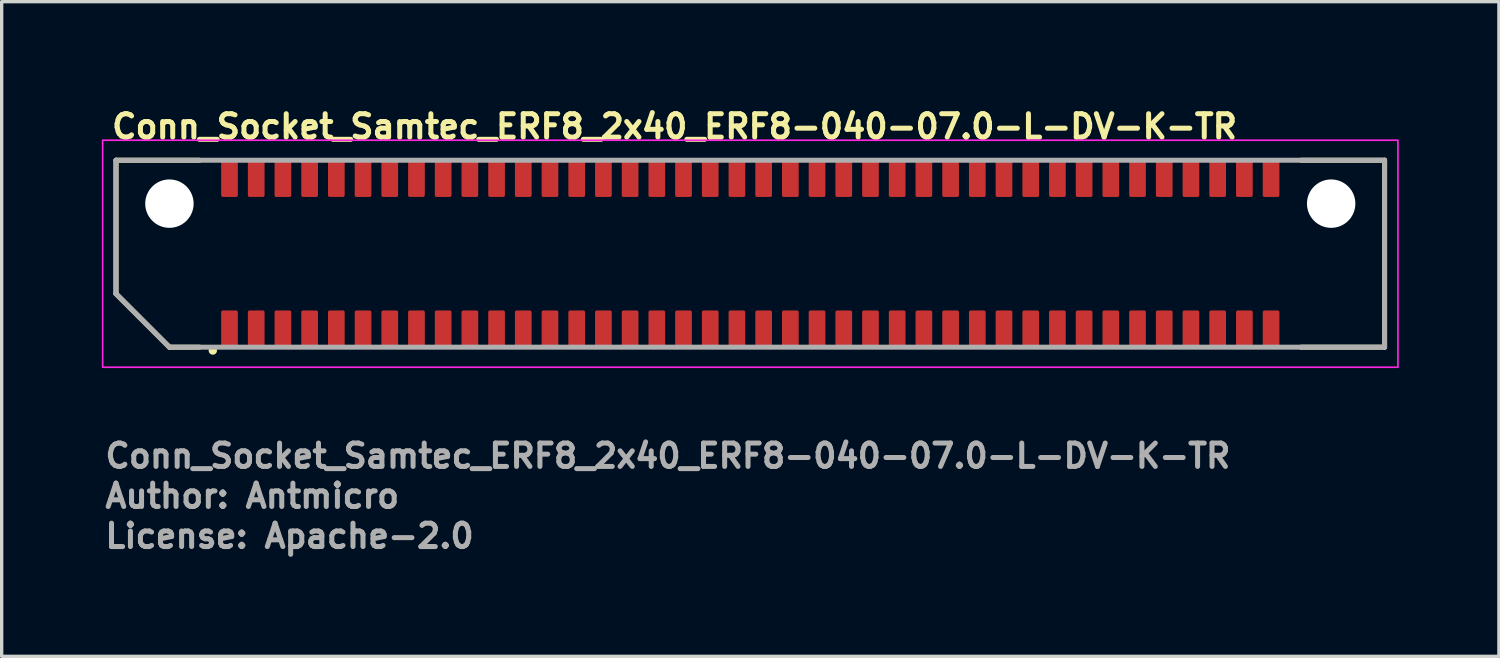
<source format=kicad_pcb>
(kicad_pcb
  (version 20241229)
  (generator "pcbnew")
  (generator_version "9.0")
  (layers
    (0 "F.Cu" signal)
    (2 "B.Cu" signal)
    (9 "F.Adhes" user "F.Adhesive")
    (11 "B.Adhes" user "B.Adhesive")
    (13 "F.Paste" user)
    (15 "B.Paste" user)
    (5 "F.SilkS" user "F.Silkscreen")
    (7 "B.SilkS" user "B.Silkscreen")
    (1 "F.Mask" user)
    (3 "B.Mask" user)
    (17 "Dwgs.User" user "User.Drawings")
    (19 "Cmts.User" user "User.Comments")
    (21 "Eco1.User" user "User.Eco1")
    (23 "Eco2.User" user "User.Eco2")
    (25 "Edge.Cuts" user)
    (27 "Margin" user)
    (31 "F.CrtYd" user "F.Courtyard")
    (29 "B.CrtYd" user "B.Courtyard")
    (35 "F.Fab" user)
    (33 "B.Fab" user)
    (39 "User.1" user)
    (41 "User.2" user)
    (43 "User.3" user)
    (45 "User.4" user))
  (footprint "Conn_Socket_Samtec_ERF8_2x40_ERF8-040-07.0-L-DV-K-TR"
    (layer "F.Cu")
    (at 19.425 4.55)
    (property "Reference" "Conn_Socket_Samtec_ERF8_2x40_ERF8-040-07.0-L-DV-K-TR" (at -19.2 -3.4 0) (layer "F.SilkS") (effects (font (size 0.7 0.7) (thickness 0.15)) (justify left bottom)))
    (attr smd)
    (fp_line (start -19 -2.8) (end -19 1.2) (stroke (width 0.15) (type solid)) (layer "F.SilkS"))
    (fp_line (start -19 -2.8) (end -16.5 -2.8) (stroke (width 0.15) (type solid)) (layer "F.SilkS"))
    (fp_line (start -19 1.2) (end -17.4 2.8) (stroke (width 0.15) (type solid)) (layer "F.SilkS"))
    (fp_line (start -17.4 2.8) (end -16.5 2.8) (stroke (width 0.15) (type solid)) (layer "F.SilkS"))
    (fp_line (start 19 -2.8) (end 16.5 -2.8) (stroke (width 0.15) (type solid)) (layer "F.SilkS"))
    (fp_line (start 19 -2.8) (end 19 2.8) (stroke (width 0.15) (type solid)) (layer "F.SilkS"))
    (fp_line (start 19 2.8) (end 16.5 2.8) (stroke (width 0.15) (type solid)) (layer "F.SilkS"))
    (fp_circle (center -16.1 2.9) (end -16.05 2.9) (stroke (width 0.15) (type solid)) (fill yes) (layer "F.SilkS"))
    (fp_rect (start -19.4 -3.4) (end 19.4 3.4) (stroke (width 0.05) (type solid)) (fill no) (layer "F.CrtYd"))
    (fp_line (start -19 -2.8) (end 19 -2.8) (stroke (width 0.15) (type solid)) (layer "F.Fab"))
    (fp_line (start -19 1.2) (end -19 -2.8) (stroke (width 0.15) (type solid)) (layer "F.Fab"))
    (fp_line (start -19 1.2) (end -17.4 2.8) (stroke (width 0.15) (type solid)) (layer "F.Fab"))
    (fp_line (start 19 -2.8) (end 19 2.8) (stroke (width 0.15) (type solid)) (layer "F.Fab"))
    (fp_line (start 19 2.8) (end -17.4 2.8) (stroke (width 0.15) (type solid)) (layer "F.Fab"))
    (fp_rect (start -19 -3) (end 19 3) (stroke (width 0.1) (type solid)) (fill no) (layer "User.5"))
    (fp_line (start -19 -2.8) (end -19 -2.7) (stroke (width 0.02) (type solid)) (layer "User.9"))
    (fp_line (start -19 -2.7) (end -19 1.25) (stroke (width 0.02) (type solid)) (layer "User.9"))
    (fp_line (start -19 1.25) (end -17.55 2.7) (stroke (width 0.02) (type solid)) (layer "User.9"))
    (fp_line (start -18.449 -1.969) (end -18.16 -1.68) (stroke (width 0.02) (type solid)) (layer "User.9"))
    (fp_line (start -18.449 -1.969) (end -15.83 -1.969) (stroke (width 0.02) (type solid)) (layer "User.9"))
    (fp_line (start -18.449 0.8) (end -18.449 -1.969) (stroke (width 0.02) (type solid)) (layer "User.9"))
    (fp_line (start -18.449 0.8) (end -18.16 0.68) (stroke (width 0.02) (type solid)) (layer "User.9"))
    (fp_line (start -18.16 -1.68) (end -18.16 0.68) (stroke (width 0.02) (type solid)) (layer "User.9"))
    (fp_line (start -18.16 0.68) (end -17.16 1.68) (stroke (width 0.02) (type solid)) (layer "User.9"))
    (fp_line (start -17.55 2.7) (end -17.45 2.8) (stroke (width 0.02) (type solid)) (layer "User.9"))
    (fp_line (start -17.55 2.7) (end -17 2.7) (stroke (width 0.02) (type solid)) (layer "User.9"))
    (fp_line (start -17.45 2.8) (end 19 2.8) (stroke (width 0.02) (type solid)) (layer "User.9"))
    (fp_line (start -17.28 1.969) (end -18.449 0.8) (stroke (width 0.02) (type solid)) (layer "User.9"))
    (fp_line (start -17.28 1.969) (end -17.16 1.68) (stroke (width 0.02) (type solid)) (layer "User.9"))
    (fp_line (start -17.16 1.68) (end -15.83 1.68) (stroke (width 0.02) (type solid)) (layer "User.9"))
    (fp_line (start -17 2.6) (end -17 2.7) (stroke (width 0.02) (type solid)) (layer "User.9"))
    (fp_line (start -17 2.7) (end -16.4 2.7) (stroke (width 0.02) (type solid)) (layer "User.9"))
    (fp_line (start -16.4 2.6) (end -16.4 2.7) (stroke (width 0.02) (type solid)) (layer "User.9"))
    (fp_line (start -16.4 2.7) (end -15.8 2.7) (stroke (width 0.02) (type solid)) (layer "User.9"))
    (fp_line (start -16.06 -1.68) (end -16.06 -1) (stroke (width 0.02) (type solid)) (layer "User.9"))
    (fp_line (start -16.06 1) (end -16.06 -1) (stroke (width 0.02) (type solid)) (layer "User.9"))
    (fp_line (start -16.06 1) (end -16.06 1.68) (stroke (width 0.02) (type solid)) (layer "User.9"))
    (fp_line (start -15.84 1) (end -15.84 -1) (stroke (width 0.02) (type solid)) (layer "User.9"))
    (fp_line (start -15.83 -2.43) (end -15.83 -1.969) (stroke (width 0.02) (type solid)) (layer "User.9"))
    (fp_line (start -15.83 -1.969) (end -15.83 -1.68) (stroke (width 0.02) (type solid)) (layer "User.9"))
    (fp_line (start -15.83 -1.68) (end -18.16 -1.68) (stroke (width 0.02) (type solid)) (layer "User.9"))
    (fp_line (start -15.83 1.68) (end -15.83 1.969) (stroke (width 0.02) (type solid)) (layer "User.9"))
    (fp_line (start -15.83 1.969) (end -17.28 1.969) (stroke (width 0.02) (type solid)) (layer "User.9"))
    (fp_line (start -15.83 1.969) (end -15.83 2.43) (stroke (width 0.02) (type solid)) (layer "User.9"))
    (fp_line (start -15.83 2.43) (end -15.37 2.43) (stroke (width 0.02) (type solid)) (layer "User.9"))
    (fp_line (start -15.8 2.6) (end -17 2.6) (stroke (width 0.02) (type solid)) (layer "User.9"))
    (fp_line (start -15.8 2.6) (end -15.8 2.7) (stroke (width 0.02) (type solid)) (layer "User.9"))
    (fp_line (start -15.8 2.7) (end 19 2.7) (stroke (width 0.02) (type solid)) (layer "User.9"))
    (fp_line (start -15.46 -1) (end -16.06 -1) (stroke (width 0.02) (type solid)) (layer "User.9"))
    (fp_line (start -15.46 1) (end -16.06 1) (stroke (width 0.02) (type solid)) (layer "User.9"))
    (fp_line (start -15.46 1) (end -15.46 -1) (stroke (width 0.02) (type solid)) (layer "User.9"))
    (fp_line (start -15.37 -2.43) (end -15.83 -2.43) (stroke (width 0.02) (type solid)) (layer "User.9"))
    (fp_line (start -15.37 -1.969) (end -15.37 -2.43) (stroke (width 0.02) (type solid)) (layer "User.9"))
    (fp_line (start -15.37 -1.969) (end -15.03 -1.969) (stroke (width 0.02) (type solid)) (layer "User.9"))
    (fp_line (start -15.37 -1.68) (end -15.37 -1.969) (stroke (width 0.02) (type solid)) (layer "User.9"))
    (fp_line (start -15.37 1.68) (end -15.03 1.68) (stroke (width 0.02) (type solid)) (layer "User.9"))
    (fp_line (start -15.37 1.969) (end -15.37 1.68) (stroke (width 0.02) (type solid)) (layer "User.9"))
    (fp_line (start -15.37 2.43) (end -15.37 1.969) (stroke (width 0.02) (type solid)) (layer "User.9"))
    (fp_line (start -15.03 -2.43) (end -15.03 -1.969) (stroke (width 0.02) (type solid)) (layer "User.9"))
    (fp_line (start -15.03 -1.969) (end -15.03 -1.68) (stroke (width 0.02) (type solid)) (layer "User.9"))
    (fp_line (start -15.03 -1.68) (end -15.37 -1.68) (stroke (width 0.02) (type solid)) (layer "User.9"))
    (fp_line (start -15.03 1.68) (end -15.03 1.969) (stroke (width 0.02) (type solid)) (layer "User.9"))
    (fp_line (start -15.03 1.969) (end -15.37 1.969) (stroke (width 0.02) (type solid)) (layer "User.9"))
    (fp_line (start -15.03 1.969) (end -15.03 2.43) (stroke (width 0.02) (type solid)) (layer "User.9"))
    (fp_line (start -15.03 2.43) (end -14.57 2.43) (stroke (width 0.02) (type solid)) (layer "User.9"))
    (fp_line (start -14.57 -2.43) (end -15.03 -2.43) (stroke (width 0.02) (type solid)) (layer "User.9"))
    (fp_line (start -14.57 -1.969) (end -14.57 -2.43) (stroke (width 0.02) (type solid)) (layer "User.9"))
    (fp_line (start -14.57 -1.969) (end -14.23 -1.969) (stroke (width 0.02) (type solid)) (layer "User.9"))
    (fp_line (start -14.57 -1.68) (end -14.57 -1.969) (stroke (width 0.02) (type solid)) (layer "User.9"))
    (fp_line (start -14.57 1.68) (end -14.23 1.68) (stroke (width 0.02) (type solid)) (layer "User.9"))
    (fp_line (start -14.57 1.969) (end -14.57 1.68) (stroke (width 0.02) (type solid)) (layer "User.9"))
    (fp_line (start -14.57 2.43) (end -14.57 1.969) (stroke (width 0.02) (type solid)) (layer "User.9"))
    (fp_line (start -14.23 -2.43) (end -14.23 -1.969) (stroke (width 0.02) (type solid)) (layer "User.9"))
    (fp_line (start -14.23 -1.969) (end -14.23 -1.68) (stroke (width 0.02) (type solid)) (layer "User.9"))
    (fp_line (start -14.23 -1.68) (end -14.57 -1.68) (stroke (width 0.02) (type solid)) (layer "User.9"))
    (fp_line (start -14.23 1.68) (end -14.23 1.969) (stroke (width 0.02) (type solid)) (layer "User.9"))
    (fp_line (start -14.23 1.969) (end -14.57 1.969) (stroke (width 0.02) (type solid)) (layer "User.9"))
    (fp_line (start -14.23 1.969) (end -14.23 2.43) (stroke (width 0.02) (type solid)) (layer "User.9"))
    (fp_line (start -14.23 2.43) (end -13.77 2.43) (stroke (width 0.02) (type solid)) (layer "User.9"))
    (fp_line (start -13.77 -2.43) (end -14.23 -2.43) (stroke (width 0.02) (type solid)) (layer "User.9"))
    (fp_line (start -13.77 -1.969) (end -13.77 -2.43) (stroke (width 0.02) (type solid)) (layer "User.9"))
    (fp_line (start -13.77 -1.969) (end -13.43 -1.969) (stroke (width 0.02) (type solid)) (layer "User.9"))
    (fp_line (start -13.77 -1.68) (end -13.77 -1.969) (stroke (width 0.02) (type solid)) (layer "User.9"))
    (fp_line (start -13.77 1.68) (end -13.43 1.68) (stroke (width 0.02) (type solid)) (layer "User.9"))
    (fp_line (start -13.77 1.969) (end -13.77 1.68) (stroke (width 0.02) (type solid)) (layer "User.9"))
    (fp_line (start -13.77 2.43) (end -13.77 1.969) (stroke (width 0.02) (type solid)) (layer "User.9"))
    (fp_line (start -13.43 -2.43) (end -13.43 -1.969) (stroke (width 0.02) (type solid)) (layer "User.9"))
    (fp_line (start -13.43 -1.969) (end -13.43 -1.68) (stroke (width 0.02) (type solid)) (layer "User.9"))
    (fp_line (start -13.43 -1.68) (end -13.77 -1.68) (stroke (width 0.02) (type solid)) (layer "User.9"))
    (fp_line (start -13.43 1.68) (end -13.43 1.969) (stroke (width 0.02) (type solid)) (layer "User.9"))
    (fp_line (start -13.43 1.969) (end -13.77 1.969) (stroke (width 0.02) (type solid)) (layer "User.9"))
    (fp_line (start -13.43 1.969) (end -13.43 2.43) (stroke (width 0.02) (type solid)) (layer "User.9"))
    (fp_line (start -13.43 2.43) (end -12.97 2.43) (stroke (width 0.02) (type solid)) (layer "User.9"))
    (fp_line (start -12.97 -2.43) (end -13.43 -2.43) (stroke (width 0.02) (type solid)) (layer "User.9"))
    (fp_line (start -12.97 -1.969) (end -12.97 -2.43) (stroke (width 0.02) (type solid)) (layer "User.9"))
    (fp_line (start -12.97 -1.969) (end -12.63 -1.969) (stroke (width 0.02) (type solid)) (layer "User.9"))
    (fp_line (start -12.97 -1.68) (end -12.97 -1.969) (stroke (width 0.02) (type solid)) (layer "User.9"))
    (fp_line (start -12.97 1.68) (end -12.63 1.68) (stroke (width 0.02) (type solid)) (layer "User.9"))
    (fp_line (start -12.97 1.969) (end -12.97 1.68) (stroke (width 0.02) (type solid)) (layer "User.9"))
    (fp_line (start -12.97 2.43) (end -12.97 1.969) (stroke (width 0.02) (type solid)) (layer "User.9"))
    (fp_line (start -12.63 -2.43) (end -12.63 -1.969) (stroke (width 0.02) (type solid)) (layer "User.9"))
    (fp_line (start -12.63 -1.969) (end -12.63 -1.68) (stroke (width 0.02) (type solid)) (layer "User.9"))
    (fp_line (start -12.63 -1.68) (end -12.97 -1.68) (stroke (width 0.02) (type solid)) (layer "User.9"))
    (fp_line (start -12.63 1.68) (end -12.63 1.969) (stroke (width 0.02) (type solid)) (layer "User.9"))
    (fp_line (start -12.63 1.969) (end -12.97 1.969) (stroke (width 0.02) (type solid)) (layer "User.9"))
    (fp_line (start -12.63 1.969) (end -12.63 2.43) (stroke (width 0.02) (type solid)) (layer "User.9"))
    (fp_line (start -12.63 2.43) (end -12.17 2.43) (stroke (width 0.02) (type solid)) (layer "User.9"))
    (fp_line (start -12.17 -2.43) (end -12.63 -2.43) (stroke (width 0.02) (type solid)) (layer "User.9"))
    (fp_line (start -12.17 -1.969) (end -12.17 -2.43) (stroke (width 0.02) (type solid)) (layer "User.9"))
    (fp_line (start -12.17 -1.969) (end -11.83 -1.969) (stroke (width 0.02) (type solid)) (layer "User.9"))
    (fp_line (start -12.17 -1.68) (end -12.17 -1.969) (stroke (width 0.02) (type solid)) (layer "User.9"))
    (fp_line (start -12.17 1.68) (end -11.83 1.68) (stroke (width 0.02) (type solid)) (layer "User.9"))
    (fp_line (start -12.17 1.969) (end -12.17 1.68) (stroke (width 0.02) (type solid)) (layer "User.9"))
    (fp_line (start -12.17 2.43) (end -12.17 1.969) (stroke (width 0.02) (type solid)) (layer "User.9"))
    (fp_line (start -11.83 -2.43) (end -11.83 -1.969) (stroke (width 0.02) (type solid)) (layer "User.9"))
    (fp_line (start -11.83 -1.969) (end -11.83 -1.68) (stroke (width 0.02) (type solid)) (layer "User.9"))
    (fp_line (start -11.83 -1.68) (end -12.17 -1.68) (stroke (width 0.02) (type solid)) (layer "User.9"))
    (fp_line (start -11.83 1.68) (end -11.83 1.969) (stroke (width 0.02) (type solid)) (layer "User.9"))
    (fp_line (start -11.83 1.969) (end -12.17 1.969) (stroke (width 0.02) (type solid)) (layer "User.9"))
    (fp_line (start -11.83 1.969) (end -11.83 2.43) (stroke (width 0.02) (type solid)) (layer "User.9"))
    (fp_line (start -11.83 2.43) (end -11.37 2.43) (stroke (width 0.02) (type solid)) (layer "User.9"))
    (fp_line (start -11.37 -2.43) (end -11.83 -2.43) (stroke (width 0.02) (type solid)) (layer "User.9"))
    (fp_line (start -11.37 -1.969) (end -11.37 -2.43) (stroke (width 0.02) (type solid)) (layer "User.9"))
    (fp_line (start -11.37 -1.969) (end -11.03 -1.969) (stroke (width 0.02) (type solid)) (layer "User.9"))
    (fp_line (start -11.37 -1.68) (end -11.37 -1.969) (stroke (width 0.02) (type solid)) (layer "User.9"))
    (fp_line (start -11.37 1.68) (end -11.03 1.68) (stroke (width 0.02) (type solid)) (layer "User.9"))
    (fp_line (start -11.37 1.969) (end -11.37 1.68) (stroke (width 0.02) (type solid)) (layer "User.9"))
    (fp_line (start -11.37 2.43) (end -11.37 1.969) (stroke (width 0.02) (type solid)) (layer "User.9"))
    (fp_line (start -11.03 -2.43) (end -11.03 -1.969) (stroke (width 0.02) (type solid)) (layer "User.9"))
    (fp_line (start -11.03 -1.969) (end -11.03 -1.68) (stroke (width 0.02) (type solid)) (layer "User.9"))
    (fp_line (start -11.03 -1.68) (end -11.37 -1.68) (stroke (width 0.02) (type solid)) (layer "User.9"))
    (fp_line (start -11.03 1.68) (end -11.03 1.969) (stroke (width 0.02) (type solid)) (layer "User.9"))
    (fp_line (start -11.03 1.969) (end -11.37 1.969) (stroke (width 0.02) (type solid)) (layer "User.9"))
    (fp_line (start -11.03 1.969) (end -11.03 2.43) (stroke (width 0.02) (type solid)) (layer "User.9"))
    (fp_line (start -11.03 2.43) (end -10.57 2.43) (stroke (width 0.02) (type solid)) (layer "User.9"))
    (fp_line (start -10.57 -2.43) (end -11.03 -2.43) (stroke (width 0.02) (type solid)) (layer "User.9"))
    (fp_line (start -10.57 -1.969) (end -10.57 -2.43) (stroke (width 0.02) (type solid)) (layer "User.9"))
    (fp_line (start -10.57 -1.969) (end -10.23 -1.969) (stroke (width 0.02) (type solid)) (layer "User.9"))
    (fp_line (start -10.57 -1.68) (end -10.57 -1.969) (stroke (width 0.02) (type solid)) (layer "User.9"))
    (fp_line (start -10.57 1.68) (end -10.23 1.68) (stroke (width 0.02) (type solid)) (layer "User.9"))
    (fp_line (start -10.57 1.969) (end -10.57 1.68) (stroke (width 0.02) (type solid)) (layer "User.9"))
    (fp_line (start -10.57 2.43) (end -10.57 1.969) (stroke (width 0.02) (type solid)) (layer "User.9"))
    (fp_line (start -10.23 -2.43) (end -10.23 -1.969) (stroke (width 0.02) (type solid)) (layer "User.9"))
    (fp_line (start -10.23 -1.969) (end -10.23 -1.68) (stroke (width 0.02) (type solid)) (layer "User.9"))
    (fp_line (start -10.23 -1.68) (end -10.57 -1.68) (stroke (width 0.02) (type solid)) (layer "User.9"))
    (fp_line (start -10.23 1.68) (end -10.23 1.969) (stroke (width 0.02) (type solid)) (layer "User.9"))
    (fp_line (start -10.23 1.969) (end -10.57 1.969) (stroke (width 0.02) (type solid)) (layer "User.9"))
    (fp_line (start -10.23 1.969) (end -10.23 2.43) (stroke (width 0.02) (type solid)) (layer "User.9"))
    (fp_line (start -10.23 2.43) (end -9.77 2.43) (stroke (width 0.02) (type solid)) (layer "User.9"))
    (fp_line (start -9.77 -2.43) (end -10.23 -2.43) (stroke (width 0.02) (type solid)) (layer "User.9"))
    (fp_line (start -9.77 -1.969) (end -9.77 -2.43) (stroke (width 0.02) (type solid)) (layer "User.9"))
    (fp_line (start -9.77 -1.969) (end -9.43 -1.969) (stroke (width 0.02) (type solid)) (layer "User.9"))
    (fp_line (start -9.77 -1.68) (end -9.77 -1.969) (stroke (width 0.02) (type solid)) (layer "User.9"))
    (fp_line (start -9.77 1.68) (end -9.43 1.68) (stroke (width 0.02) (type solid)) (layer "User.9"))
    (fp_line (start -9.77 1.969) (end -9.77 1.68) (stroke (width 0.02) (type solid)) (layer "User.9"))
    (fp_line (start -9.77 2.43) (end -9.77 1.969) (stroke (width 0.02) (type solid)) (layer "User.9"))
    (fp_line (start -9.43 -2.43) (end -9.43 -1.969) (stroke (width 0.02) (type solid)) (layer "User.9"))
    (fp_line (start -9.43 -1.969) (end -9.43 -1.68) (stroke (width 0.02) (type solid)) (layer "User.9"))
    (fp_line (start -9.43 -1.68) (end -9.77 -1.68) (stroke (width 0.02) (type solid)) (layer "User.9"))
    (fp_line (start -9.43 1.68) (end -9.43 1.969) (stroke (width 0.02) (type solid)) (layer "User.9"))
    (fp_line (start -9.43 1.969) (end -9.77 1.969) (stroke (width 0.02) (type solid)) (layer "User.9"))
    (fp_line (start -9.43 1.969) (end -9.43 2.43) (stroke (width 0.02) (type solid)) (layer "User.9"))
    (fp_line (start -9.43 2.43) (end -8.97 2.43) (stroke (width 0.02) (type solid)) (layer "User.9"))
    (fp_line (start -8.97 -2.43) (end -9.43 -2.43) (stroke (width 0.02) (type solid)) (layer "User.9"))
    (fp_line (start -8.97 -1.969) (end -8.97 -2.43) (stroke (width 0.02) (type solid)) (layer "User.9"))
    (fp_line (start -8.97 -1.969) (end -8.63 -1.969) (stroke (width 0.02) (type solid)) (layer "User.9"))
    (fp_line (start -8.97 -1.68) (end -8.97 -1.969) (stroke (width 0.02) (type solid)) (layer "User.9"))
    (fp_line (start -8.97 1.68) (end -8.63 1.68) (stroke (width 0.02) (type solid)) (layer "User.9"))
    (fp_line (start -8.97 1.969) (end -8.97 1.68) (stroke (width 0.02) (type solid)) (layer "User.9"))
    (fp_line (start -8.97 2.43) (end -8.97 1.969) (stroke (width 0.02) (type solid)) (layer "User.9"))
    (fp_line (start -8.63 -2.43) (end -8.63 -1.969) (stroke (width 0.02) (type solid)) (layer "User.9"))
    (fp_line (start -8.63 -1.969) (end -8.63 -1.68) (stroke (width 0.02) (type solid)) (layer "User.9"))
    (fp_line (start -8.63 -1.68) (end -8.97 -1.68) (stroke (width 0.02) (type solid)) (layer "User.9"))
    (fp_line (start -8.63 1.68) (end -8.63 1.969) (stroke (width 0.02) (type solid)) (layer "User.9"))
    (fp_line (start -8.63 1.969) (end -8.97 1.969) (stroke (width 0.02) (type solid)) (layer "User.9"))
    (fp_line (start -8.63 1.969) (end -8.63 2.43) (stroke (width 0.02) (type solid)) (layer "User.9"))
    (fp_line (start -8.63 2.43) (end -8.17 2.43) (stroke (width 0.02) (type solid)) (layer "User.9"))
    (fp_line (start -8.17 -2.43) (end -8.63 -2.43) (stroke (width 0.02) (type solid)) (layer "User.9"))
    (fp_line (start -8.17 -1.969) (end -8.17 -2.43) (stroke (width 0.02) (type solid)) (layer "User.9"))
    (fp_line (start -8.17 -1.969) (end -7.83 -1.969) (stroke (width 0.02) (type solid)) (layer "User.9"))
    (fp_line (start -8.17 -1.68) (end -8.17 -1.969) (stroke (width 0.02) (type solid)) (layer "User.9"))
    (fp_line (start -8.17 1.68) (end -7.83 1.68) (stroke (width 0.02) (type solid)) (layer "User.9"))
    (fp_line (start -8.17 1.969) (end -8.17 1.68) (stroke (width 0.02) (type solid)) (layer "User.9"))
    (fp_line (start -8.17 2.43) (end -8.17 1.969) (stroke (width 0.02) (type solid)) (layer "User.9"))
    (fp_line (start -7.83 -2.43) (end -7.83 -1.969) (stroke (width 0.02) (type solid)) (layer "User.9"))
    (fp_line (start -7.83 -1.969) (end -7.83 -1.68) (stroke (width 0.02) (type solid)) (layer "User.9"))
    (fp_line (start -7.83 -1.68) (end -8.17 -1.68) (stroke (width 0.02) (type solid)) (layer "User.9"))
    (fp_line (start -7.83 1.68) (end -7.83 1.969) (stroke (width 0.02) (type solid)) (layer "User.9"))
    (fp_line (start -7.83 1.969) (end -8.17 1.969) (stroke (width 0.02) (type solid)) (layer "User.9"))
    (fp_line (start -7.83 1.969) (end -7.83 2.43) (stroke (width 0.02) (type solid)) (layer "User.9"))
    (fp_line (start -7.83 2.43) (end -7.37 2.43) (stroke (width 0.02) (type solid)) (layer "User.9"))
    (fp_line (start -7.37 -2.43) (end -7.83 -2.43) (stroke (width 0.02) (type solid)) (layer "User.9"))
    (fp_line (start -7.37 -1.969) (end -7.37 -2.43) (stroke (width 0.02) (type solid)) (layer "User.9"))
    (fp_line (start -7.37 -1.969) (end -7.03 -1.969) (stroke (width 0.02) (type solid)) (layer "User.9"))
    (fp_line (start -7.37 -1.68) (end -7.37 -1.969) (stroke (width 0.02) (type solid)) (layer "User.9"))
    (fp_line (start -7.37 1.68) (end -7.03 1.68) (stroke (width 0.02) (type solid)) (layer "User.9"))
    (fp_line (start -7.37 1.969) (end -7.37 1.68) (stroke (width 0.02) (type solid)) (layer "User.9"))
    (fp_line (start -7.37 2.43) (end -7.37 1.969) (stroke (width 0.02) (type solid)) (layer "User.9"))
    (fp_line (start -7.03 -2.43) (end -7.03 -1.969) (stroke (width 0.02) (type solid)) (layer "User.9"))
    (fp_line (start -7.03 -1.969) (end -7.03 -1.68) (stroke (width 0.02) (type solid)) (layer "User.9"))
    (fp_line (start -7.03 -1.68) (end -7.37 -1.68) (stroke (width 0.02) (type solid)) (layer "User.9"))
    (fp_line (start -7.03 1.68) (end -7.03 1.969) (stroke (width 0.02) (type solid)) (layer "User.9"))
    (fp_line (start -7.03 1.969) (end -7.37 1.969) (stroke (width 0.02) (type solid)) (layer "User.9"))
    (fp_line (start -7.03 1.969) (end -7.03 2.43) (stroke (width 0.02) (type solid)) (layer "User.9"))
    (fp_line (start -7.03 2.43) (end -6.57 2.43) (stroke (width 0.02) (type solid)) (layer "User.9"))
    (fp_line (start -6.57 -2.43) (end -7.03 -2.43) (stroke (width 0.02) (type solid)) (layer "User.9"))
    (fp_line (start -6.57 -1.969) (end -6.57 -2.43) (stroke (width 0.02) (type solid)) (layer "User.9"))
    (fp_line (start -6.57 -1.969) (end -6.23 -1.969) (stroke (width 0.02) (type solid)) (layer "User.9"))
    (fp_line (start -6.57 -1.68) (end -6.57 -1.969) (stroke (width 0.02) (type solid)) (layer "User.9"))
    (fp_line (start -6.57 1.68) (end -6.23 1.68) (stroke (width 0.02) (type solid)) (layer "User.9"))
    (fp_line (start -6.57 1.969) (end -6.57 1.68) (stroke (width 0.02) (type solid)) (layer "User.9"))
    (fp_line (start -6.57 2.43) (end -6.57 1.969) (stroke (width 0.02) (type solid)) (layer "User.9"))
    (fp_line (start -6.23 -2.43) (end -6.23 -1.969) (stroke (width 0.02) (type solid)) (layer "User.9"))
    (fp_line (start -6.23 -1.969) (end -6.23 -1.68) (stroke (width 0.02) (type solid)) (layer "User.9"))
    (fp_line (start -6.23 -1.68) (end -6.57 -1.68) (stroke (width 0.02) (type solid)) (layer "User.9"))
    (fp_line (start -6.23 1.68) (end -6.23 1.969) (stroke (width 0.02) (type solid)) (layer "User.9"))
    (fp_line (start -6.23 1.969) (end -6.57 1.969) (stroke (width 0.02) (type solid)) (layer "User.9"))
    (fp_line (start -6.23 1.969) (end -6.23 2.43) (stroke (width 0.02) (type solid)) (layer "User.9"))
    (fp_line (start -6.23 2.43) (end -5.77 2.43) (stroke (width 0.02) (type solid)) (layer "User.9"))
    (fp_line (start -5.77 -2.43) (end -6.23 -2.43) (stroke (width 0.02) (type solid)) (layer "User.9"))
    (fp_line (start -5.77 -1.969) (end -5.77 -2.43) (stroke (width 0.02) (type solid)) (layer "User.9"))
    (fp_line (start -5.77 -1.969) (end -5.43 -1.969) (stroke (width 0.02) (type solid)) (layer "User.9"))
    (fp_line (start -5.77 -1.68) (end -5.77 -1.969) (stroke (width 0.02) (type solid)) (layer "User.9"))
    (fp_line (start -5.77 1.68) (end -5.43 1.68) (stroke (width 0.02) (type solid)) (layer "User.9"))
    (fp_line (start -5.77 1.969) (end -5.77 1.68) (stroke (width 0.02) (type solid)) (layer "User.9"))
    (fp_line (start -5.77 2.43) (end -5.77 1.969) (stroke (width 0.02) (type solid)) (layer "User.9"))
    (fp_line (start -5.43 -2.43) (end -5.43 -1.969) (stroke (width 0.02) (type solid)) (layer "User.9"))
    (fp_line (start -5.43 -1.969) (end -5.43 -1.68) (stroke (width 0.02) (type solid)) (layer "User.9"))
    (fp_line (start -5.43 -1.68) (end -5.77 -1.68) (stroke (width 0.02) (type solid)) (layer "User.9"))
    (fp_line (start -5.43 1.68) (end -5.43 1.969) (stroke (width 0.02) (type solid)) (layer "User.9"))
    (fp_line (start -5.43 1.969) (end -5.77 1.969) (stroke (width 0.02) (type solid)) (layer "User.9"))
    (fp_line (start -5.43 1.969) (end -5.43 2.43) (stroke (width 0.02) (type solid)) (layer "User.9"))
    (fp_line (start -5.43 2.43) (end -4.97 2.43) (stroke (width 0.02) (type solid)) (layer "User.9"))
    (fp_line (start -4.97 -2.43) (end -5.43 -2.43) (stroke (width 0.02) (type solid)) (layer "User.9"))
    (fp_line (start -4.97 -1.969) (end -4.97 -2.43) (stroke (width 0.02) (type solid)) (layer "User.9"))
    (fp_line (start -4.97 -1.969) (end -4.63 -1.969) (stroke (width 0.02) (type solid)) (layer "User.9"))
    (fp_line (start -4.97 -1.68) (end -4.97 -1.969) (stroke (width 0.02) (type solid)) (layer "User.9"))
    (fp_line (start -4.97 1.68) (end -4.63 1.68) (stroke (width 0.02) (type solid)) (layer "User.9"))
    (fp_line (start -4.97 1.969) (end -4.97 1.68) (stroke (width 0.02) (type solid)) (layer "User.9"))
    (fp_line (start -4.97 2.43) (end -4.97 1.969) (stroke (width 0.02) (type solid)) (layer "User.9"))
    (fp_line (start -4.63 -2.43) (end -4.63 -1.969) (stroke (width 0.02) (type solid)) (layer "User.9"))
    (fp_line (start -4.63 -1.969) (end -4.63 -1.68) (stroke (width 0.02) (type solid)) (layer "User.9"))
    (fp_line (start -4.63 -1.68) (end -4.97 -1.68) (stroke (width 0.02) (type solid)) (layer "User.9"))
    (fp_line (start -4.63 1.68) (end -4.63 1.969) (stroke (width 0.02) (type solid)) (layer "User.9"))
    (fp_line (start -4.63 1.969) (end -4.97 1.969) (stroke (width 0.02) (type solid)) (layer "User.9"))
    (fp_line (start -4.63 1.969) (end -4.63 2.43) (stroke (width 0.02) (type solid)) (layer "User.9"))
    (fp_line (start -4.63 2.43) (end -4.17 2.43) (stroke (width 0.02) (type solid)) (layer "User.9"))
    (fp_line (start -4.17 -2.43) (end -4.63 -2.43) (stroke (width 0.02) (type solid)) (layer "User.9"))
    (fp_line (start -4.17 -1.969) (end -4.17 -2.43) (stroke (width 0.02) (type solid)) (layer "User.9"))
    (fp_line (start -4.17 -1.969) (end -3.83 -1.969) (stroke (width 0.02) (type solid)) (layer "User.9"))
    (fp_line (start -4.17 -1.68) (end -4.17 -1.969) (stroke (width 0.02) (type solid)) (layer "User.9"))
    (fp_line (start -4.17 1.68) (end -3.83 1.68) (stroke (width 0.02) (type solid)) (layer "User.9"))
    (fp_line (start -4.17 1.969) (end -4.17 1.68) (stroke (width 0.02) (type solid)) (layer "User.9"))
    (fp_line (start -4.17 2.43) (end -4.17 1.969) (stroke (width 0.02) (type solid)) (layer "User.9"))
    (fp_line (start -3.83 -2.43) (end -3.83 -1.969) (stroke (width 0.02) (type solid)) (layer "User.9"))
    (fp_line (start -3.83 -1.969) (end -3.83 -1.68) (stroke (width 0.02) (type solid)) (layer "User.9"))
    (fp_line (start -3.83 -1.68) (end -4.17 -1.68) (stroke (width 0.02) (type solid)) (layer "User.9"))
    (fp_line (start -3.83 1.68) (end -3.83 1.969) (stroke (width 0.02) (type solid)) (layer "User.9"))
    (fp_line (start -3.83 1.969) (end -4.17 1.969) (stroke (width 0.02) (type solid)) (layer "User.9"))
    (fp_line (start -3.83 1.969) (end -3.83 2.43) (stroke (width 0.02) (type solid)) (layer "User.9"))
    (fp_line (start -3.83 2.43) (end -3.37 2.43) (stroke (width 0.02) (type solid)) (layer "User.9"))
    (fp_line (start -3.37 -2.43) (end -3.83 -2.43) (stroke (width 0.02) (type solid)) (layer "User.9"))
    (fp_line (start -3.37 -1.969) (end -3.37 -2.43) (stroke (width 0.02) (type solid)) (layer "User.9"))
    (fp_line (start -3.37 -1.969) (end -3.03 -1.969) (stroke (width 0.02) (type solid)) (layer "User.9"))
    (fp_line (start -3.37 -1.68) (end -3.37 -1.969) (stroke (width 0.02) (type solid)) (layer "User.9"))
    (fp_line (start -3.37 1.68) (end -3.03 1.68) (stroke (width 0.02) (type solid)) (layer "User.9"))
    (fp_line (start -3.37 1.969) (end -3.37 1.68) (stroke (width 0.02) (type solid)) (layer "User.9"))
    (fp_line (start -3.37 2.43) (end -3.37 1.969) (stroke (width 0.02) (type solid)) (layer "User.9"))
    (fp_line (start -3.03 -2.43) (end -3.03 -1.969) (stroke (width 0.02) (type solid)) (layer "User.9"))
    (fp_line (start -3.03 -1.969) (end -3.03 -1.68) (stroke (width 0.02) (type solid)) (layer "User.9"))
    (fp_line (start -3.03 -1.68) (end -3.37 -1.68) (stroke (width 0.02) (type solid)) (layer "User.9"))
    (fp_line (start -3.03 1.68) (end -3.03 1.969) (stroke (width 0.02) (type solid)) (layer "User.9"))
    (fp_line (start -3.03 1.969) (end -3.37 1.969) (stroke (width 0.02) (type solid)) (layer "User.9"))
    (fp_line (start -3.03 1.969) (end -3.03 2.43) (stroke (width 0.02) (type solid)) (layer "User.9"))
    (fp_line (start -3.03 2.43) (end -2.57 2.43) (stroke (width 0.02) (type solid)) (layer "User.9"))
    (fp_line (start -2.57 -2.43) (end -3.03 -2.43) (stroke (width 0.02) (type solid)) (layer "User.9"))
    (fp_line (start -2.57 -1.969) (end -2.57 -2.43) (stroke (width 0.02) (type solid)) (layer "User.9"))
    (fp_line (start -2.57 -1.969) (end -2.23 -1.969) (stroke (width 0.02) (type solid)) (layer "User.9"))
    (fp_line (start -2.57 -1.68) (end -2.57 -1.969) (stroke (width 0.02) (type solid)) (layer "User.9"))
    (fp_line (start -2.57 1.68) (end -2.23 1.68) (stroke (width 0.02) (type solid)) (layer "User.9"))
    (fp_line (start -2.57 1.969) (end -2.57 1.68) (stroke (width 0.02) (type solid)) (layer "User.9"))
    (fp_line (start -2.57 2.43) (end -2.57 1.969) (stroke (width 0.02) (type solid)) (layer "User.9"))
    (fp_line (start -2.23 -2.43) (end -2.23 -1.969) (stroke (width 0.02) (type solid)) (layer "User.9"))
    (fp_line (start -2.23 -1.969) (end -2.23 -1.68) (stroke (width 0.02) (type solid)) (layer "User.9"))
    (fp_line (start -2.23 -1.68) (end -2.57 -1.68) (stroke (width 0.02) (type solid)) (layer "User.9"))
    (fp_line (start -2.23 1.68) (end -2.23 1.969) (stroke (width 0.02) (type solid)) (layer "User.9"))
    (fp_line (start -2.23 1.969) (end -2.57 1.969) (stroke (width 0.02) (type solid)) (layer "User.9"))
    (fp_line (start -2.23 1.969) (end -2.23 2.43) (stroke (width 0.02) (type solid)) (layer "User.9"))
    (fp_line (start -2.23 2.43) (end -1.77 2.43) (stroke (width 0.02) (type solid)) (layer "User.9"))
    (fp_line (start -1.77 -2.43) (end -2.23 -2.43) (stroke (width 0.02) (type solid)) (layer "User.9"))
    (fp_line (start -1.77 -1.969) (end -1.77 -2.43) (stroke (width 0.02) (type solid)) (layer "User.9"))
    (fp_line (start -1.77 -1.969) (end -1.43 -1.969) (stroke (width 0.02) (type solid)) (layer "User.9"))
    (fp_line (start -1.77 -1.68) (end -1.77 -1.969) (stroke (width 0.02) (type solid)) (layer "User.9"))
    (fp_line (start -1.77 1.68) (end -1.43 1.68) (stroke (width 0.02) (type solid)) (layer "User.9"))
    (fp_line (start -1.77 1.969) (end -1.77 1.68) (stroke (width 0.02) (type solid)) (layer "User.9"))
    (fp_line (start -1.77 2.43) (end -1.77 1.969) (stroke (width 0.02) (type solid)) (layer "User.9"))
    (fp_line (start -1.43 -2.43) (end -1.43 -1.969) (stroke (width 0.02) (type solid)) (layer "User.9"))
    (fp_line (start -1.43 -1.969) (end -1.43 -1.68) (stroke (width 0.02) (type solid)) (layer "User.9"))
    (fp_line (start -1.43 -1.68) (end -1.77 -1.68) (stroke (width 0.02) (type solid)) (layer "User.9"))
    (fp_line (start -1.43 1.68) (end -1.43 1.969) (stroke (width 0.02) (type solid)) (layer "User.9"))
    (fp_line (start -1.43 1.969) (end -1.77 1.969) (stroke (width 0.02) (type solid)) (layer "User.9"))
    (fp_line (start -1.43 1.969) (end -1.43 2.43) (stroke (width 0.02) (type solid)) (layer "User.9"))
    (fp_line (start -1.43 2.43) (end -0.97 2.43) (stroke (width 0.02) (type solid)) (layer "User.9"))
    (fp_line (start -0.97 -2.43) (end -1.43 -2.43) (stroke (width 0.02) (type solid)) (layer "User.9"))
    (fp_line (start -0.97 -1.969) (end -0.97 -2.43) (stroke (width 0.02) (type solid)) (layer "User.9"))
    (fp_line (start -0.97 -1.969) (end -0.63 -1.969) (stroke (width 0.02) (type solid)) (layer "User.9"))
    (fp_line (start -0.97 -1.68) (end -0.97 -1.969) (stroke (width 0.02) (type solid)) (layer "User.9"))
    (fp_line (start -0.97 1.68) (end -0.63 1.68) (stroke (width 0.02) (type solid)) (layer "User.9"))
    (fp_line (start -0.97 1.969) (end -0.97 1.68) (stroke (width 0.02) (type solid)) (layer "User.9"))
    (fp_line (start -0.97 2.43) (end -0.97 1.969) (stroke (width 0.02) (type solid)) (layer "User.9"))
    (fp_line (start -0.63 -2.43) (end -0.63 -1.969) (stroke (width 0.02) (type solid)) (layer "User.9"))
    (fp_line (start -0.63 -1.969) (end -0.63 -1.68) (stroke (width 0.02) (type solid)) (layer "User.9"))
    (fp_line (start -0.63 -1.68) (end -0.97 -1.68) (stroke (width 0.02) (type solid)) (layer "User.9"))
    (fp_line (start -0.63 1.68) (end -0.63 1.969) (stroke (width 0.02) (type solid)) (layer "User.9"))
    (fp_line (start -0.63 1.969) (end -0.97 1.969) (stroke (width 0.02) (type solid)) (layer "User.9"))
    (fp_line (start -0.63 1.969) (end -0.63 2.43) (stroke (width 0.02) (type solid)) (layer "User.9"))
    (fp_line (start -0.63 2.43) (end -0.17 2.43) (stroke (width 0.02) (type solid)) (layer "User.9"))
    (fp_line (start -0.17 -2.43) (end -0.63 -2.43) (stroke (width 0.02) (type solid)) (layer "User.9"))
    (fp_line (start -0.17 -1.969) (end -0.17 -2.43) (stroke (width 0.02) (type solid)) (layer "User.9"))
    (fp_line (start -0.17 -1.969) (end 0.17 -1.969) (stroke (width 0.02) (type solid)) (layer "User.9"))
    (fp_line (start -0.17 -1.68) (end -0.17 -1.969) (stroke (width 0.02) (type solid)) (layer "User.9"))
    (fp_line (start -0.17 1.68) (end 0.17 1.68) (stroke (width 0.02) (type solid)) (layer "User.9"))
    (fp_line (start -0.17 1.969) (end -0.17 1.68) (stroke (width 0.02) (type solid)) (layer "User.9"))
    (fp_line (start -0.17 2.43) (end -0.17 1.969) (stroke (width 0.02) (type solid)) (layer "User.9"))
    (fp_line (start 0.17 -2.43) (end 0.17 -1.969) (stroke (width 0.02) (type solid)) (layer "User.9"))
    (fp_line (start 0.17 -1.969) (end 0.17 -1.68) (stroke (width 0.02) (type solid)) (layer "User.9"))
    (fp_line (start 0.17 -1.68) (end -0.17 -1.68) (stroke (width 0.02) (type solid)) (layer "User.9"))
    (fp_line (start 0.17 1.68) (end 0.17 1.969) (stroke (width 0.02) (type solid)) (layer "User.9"))
    (fp_line (start 0.17 1.969) (end -0.17 1.969) (stroke (width 0.02) (type solid)) (layer "User.9"))
    (fp_line (start 0.17 1.969) (end 0.17 2.43) (stroke (width 0.02) (type solid)) (layer "User.9"))
    (fp_line (start 0.17 2.43) (end 0.63 2.43) (stroke (width 0.02) (type solid)) (layer "User.9"))
    (fp_line (start 0.63 -2.43) (end 0.17 -2.43) (stroke (width 0.02) (type solid)) (layer "User.9"))
    (fp_line (start 0.63 -1.969) (end 0.63 -2.43) (stroke (width 0.02) (type solid)) (layer "User.9"))
    (fp_line (start 0.63 -1.969) (end 0.97 -1.969) (stroke (width 0.02) (type solid)) (layer "User.9"))
    (fp_line (start 0.63 -1.68) (end 0.63 -1.969) (stroke (width 0.02) (type solid)) (layer "User.9"))
    (fp_line (start 0.63 1.68) (end 0.97 1.68) (stroke (width 0.02) (type solid)) (layer "User.9"))
    (fp_line (start 0.63 1.969) (end 0.63 1.68) (stroke (width 0.02) (type solid)) (layer "User.9"))
    (fp_line (start 0.63 2.43) (end 0.63 1.969) (stroke (width 0.02) (type solid)) (layer "User.9"))
    (fp_line (start 0.97 -2.43) (end 0.97 -1.969) (stroke (width 0.02) (type solid)) (layer "User.9"))
    (fp_line (start 0.97 -1.969) (end 0.97 -1.68) (stroke (width 0.02) (type solid)) (layer "User.9"))
    (fp_line (start 0.97 -1.68) (end 0.63 -1.68) (stroke (width 0.02) (type solid)) (layer "User.9"))
    (fp_line (start 0.97 1.68) (end 0.97 1.969) (stroke (width 0.02) (type solid)) (layer "User.9"))
    (fp_line (start 0.97 1.969) (end 0.63 1.969) (stroke (width 0.02) (type solid)) (layer "User.9"))
    (fp_line (start 0.97 1.969) (end 0.97 2.43) (stroke (width 0.02) (type solid)) (layer "User.9"))
    (fp_line (start 0.97 2.43) (end 1.43 2.43) (stroke (width 0.02) (type solid)) (layer "User.9"))
    (fp_line (start 1.43 -2.43) (end 0.97 -2.43) (stroke (width 0.02) (type solid)) (layer "User.9"))
    (fp_line (start 1.43 -1.969) (end 1.43 -2.43) (stroke (width 0.02) (type solid)) (layer "User.9"))
    (fp_line (start 1.43 -1.969) (end 1.77 -1.969) (stroke (width 0.02) (type solid)) (layer "User.9"))
    (fp_line (start 1.43 -1.68) (end 1.43 -1.969) (stroke (width 0.02) (type solid)) (layer "User.9"))
    (fp_line (start 1.43 1.68) (end 1.77 1.68) (stroke (width 0.02) (type solid)) (layer "User.9"))
    (fp_line (start 1.43 1.969) (end 1.43 1.68) (stroke (width 0.02) (type solid)) (layer "User.9"))
    (fp_line (start 1.43 2.43) (end 1.43 1.969) (stroke (width 0.02) (type solid)) (layer "User.9"))
    (fp_line (start 1.77 -2.43) (end 1.77 -1.969) (stroke (width 0.02) (type solid)) (layer "User.9"))
    (fp_line (start 1.77 -1.969) (end 1.77 -1.68) (stroke (width 0.02) (type solid)) (layer "User.9"))
    (fp_line (start 1.77 -1.68) (end 1.43 -1.68) (stroke (width 0.02) (type solid)) (layer "User.9"))
    (fp_line (start 1.77 1.68) (end 1.77 1.969) (stroke (width 0.02) (type solid)) (layer "User.9"))
    (fp_line (start 1.77 1.969) (end 1.43 1.969) (stroke (width 0.02) (type solid)) (layer "User.9"))
    (fp_line (start 1.77 1.969) (end 1.77 2.43) (stroke (width 0.02) (type solid)) (layer "User.9"))
    (fp_line (start 1.77 2.43) (end 2.23 2.43) (stroke (width 0.02) (type solid)) (layer "User.9"))
    (fp_line (start 2.23 -2.43) (end 1.77 -2.43) (stroke (width 0.02) (type solid)) (layer "User.9"))
    (fp_line (start 2.23 -1.969) (end 2.23 -2.43) (stroke (width 0.02) (type solid)) (layer "User.9"))
    (fp_line (start 2.23 -1.969) (end 2.57 -1.969) (stroke (width 0.02) (type solid)) (layer "User.9"))
    (fp_line (start 2.23 -1.68) (end 2.23 -1.969) (stroke (width 0.02) (type solid)) (layer "User.9"))
    (fp_line (start 2.23 1.68) (end 2.57 1.68) (stroke (width 0.02) (type solid)) (layer "User.9"))
    (fp_line (start 2.23 1.969) (end 2.23 1.68) (stroke (width 0.02) (type solid)) (layer "User.9"))
    (fp_line (start 2.23 2.43) (end 2.23 1.969) (stroke (width 0.02) (type solid)) (layer "User.9"))
    (fp_line (start 2.57 -2.43) (end 2.57 -1.969) (stroke (width 0.02) (type solid)) (layer "User.9"))
    (fp_line (start 2.57 -1.969) (end 2.57 -1.68) (stroke (width 0.02) (type solid)) (layer "User.9"))
    (fp_line (start 2.57 -1.68) (end 2.23 -1.68) (stroke (width 0.02) (type solid)) (layer "User.9"))
    (fp_line (start 2.57 1.68) (end 2.57 1.969) (stroke (width 0.02) (type solid)) (layer "User.9"))
    (fp_line (start 2.57 1.969) (end 2.23 1.969) (stroke (width 0.02) (type solid)) (layer "User.9"))
    (fp_line (start 2.57 1.969) (end 2.57 2.43) (stroke (width 0.02) (type solid)) (layer "User.9"))
    (fp_line (start 2.57 2.43) (end 3.03 2.43) (stroke (width 0.02) (type solid)) (layer "User.9"))
    (fp_line (start 3.03 -2.43) (end 2.57 -2.43) (stroke (width 0.02) (type solid)) (layer "User.9"))
    (fp_line (start 3.03 -1.969) (end 3.03 -2.43) (stroke (width 0.02) (type solid)) (layer "User.9"))
    (fp_line (start 3.03 -1.969) (end 3.37 -1.969) (stroke (width 0.02) (type solid)) (layer "User.9"))
    (fp_line (start 3.03 -1.68) (end 3.03 -1.969) (stroke (width 0.02) (type solid)) (layer "User.9"))
    (fp_line (start 3.03 1.68) (end 3.37 1.68) (stroke (width 0.02) (type solid)) (layer "User.9"))
    (fp_line (start 3.03 1.969) (end 3.03 1.68) (stroke (width 0.02) (type solid)) (layer "User.9"))
    (fp_line (start 3.03 2.43) (end 3.03 1.969) (stroke (width 0.02) (type solid)) (layer "User.9"))
    (fp_line (start 3.37 -2.43) (end 3.37 -1.969) (stroke (width 0.02) (type solid)) (layer "User.9"))
    (fp_line (start 3.37 -1.969) (end 3.37 -1.68) (stroke (width 0.02) (type solid)) (layer "User.9"))
    (fp_line (start 3.37 -1.68) (end 3.03 -1.68) (stroke (width 0.02) (type solid)) (layer "User.9"))
    (fp_line (start 3.37 1.68) (end 3.37 1.969) (stroke (width 0.02) (type solid)) (layer "User.9"))
    (fp_line (start 3.37 1.969) (end 3.03 1.969) (stroke (width 0.02) (type solid)) (layer "User.9"))
    (fp_line (start 3.37 1.969) (end 3.37 2.43) (stroke (width 0.02) (type solid)) (layer "User.9"))
    (fp_line (start 3.37 2.43) (end 3.83 2.43) (stroke (width 0.02) (type solid)) (layer "User.9"))
    (fp_line (start 3.83 -2.43) (end 3.37 -2.43) (stroke (width 0.02) (type solid)) (layer "User.9"))
    (fp_line (start 3.83 -1.969) (end 3.83 -2.43) (stroke (width 0.02) (type solid)) (layer "User.9"))
    (fp_line (start 3.83 -1.969) (end 4.17 -1.969) (stroke (width 0.02) (type solid)) (layer "User.9"))
    (fp_line (start 3.83 -1.68) (end 3.83 -1.969) (stroke (width 0.02) (type solid)) (layer "User.9"))
    (fp_line (start 3.83 1.68) (end 4.17 1.68) (stroke (width 0.02) (type solid)) (layer "User.9"))
    (fp_line (start 3.83 1.969) (end 3.83 1.68) (stroke (width 0.02) (type solid)) (layer "User.9"))
    (fp_line (start 3.83 2.43) (end 3.83 1.969) (stroke (width 0.02) (type solid)) (layer "User.9"))
    (fp_line (start 4.17 -2.43) (end 4.17 -1.969) (stroke (width 0.02) (type solid)) (layer "User.9"))
    (fp_line (start 4.17 -1.969) (end 4.17 -1.68) (stroke (width 0.02) (type solid)) (layer "User.9"))
    (fp_line (start 4.17 -1.68) (end 3.83 -1.68) (stroke (width 0.02) (type solid)) (layer "User.9"))
    (fp_line (start 4.17 1.68) (end 4.17 1.969) (stroke (width 0.02) (type solid)) (layer "User.9"))
    (fp_line (start 4.17 1.969) (end 3.83 1.969) (stroke (width 0.02) (type solid)) (layer "User.9"))
    (fp_line (start 4.17 1.969) (end 4.17 2.43) (stroke (width 0.02) (type solid)) (layer "User.9"))
    (fp_line (start 4.17 2.43) (end 4.63 2.43) (stroke (width 0.02) (type solid)) (layer "User.9"))
    (fp_line (start 4.63 -2.43) (end 4.17 -2.43) (stroke (width 0.02) (type solid)) (layer "User.9"))
    (fp_line (start 4.63 -1.969) (end 4.63 -2.43) (stroke (width 0.02) (type solid)) (layer "User.9"))
    (fp_line (start 4.63 -1.969) (end 4.97 -1.969) (stroke (width 0.02) (type solid)) (layer "User.9"))
    (fp_line (start 4.63 -1.68) (end 4.63 -1.969) (stroke (width 0.02) (type solid)) (layer "User.9"))
    (fp_line (start 4.63 1.68) (end 4.97 1.68) (stroke (width 0.02) (type solid)) (layer "User.9"))
    (fp_line (start 4.63 1.969) (end 4.63 1.68) (stroke (width 0.02) (type solid)) (layer "User.9"))
    (fp_line (start 4.63 2.43) (end 4.63 1.969) (stroke (width 0.02) (type solid)) (layer "User.9"))
    (fp_line (start 4.97 -2.43) (end 4.97 -1.969) (stroke (width 0.02) (type solid)) (layer "User.9"))
    (fp_line (start 4.97 -1.969) (end 4.97 -1.68) (stroke (width 0.02) (type solid)) (layer "User.9"))
    (fp_line (start 4.97 -1.68) (end 4.63 -1.68) (stroke (width 0.02) (type solid)) (layer "User.9"))
    (fp_line (start 4.97 1.68) (end 4.97 1.969) (stroke (width 0.02) (type solid)) (layer "User.9"))
    (fp_line (start 4.97 1.969) (end 4.63 1.969) (stroke (width 0.02) (type solid)) (layer "User.9"))
    (fp_line (start 4.97 1.969) (end 4.97 2.43) (stroke (width 0.02) (type solid)) (layer "User.9"))
    (fp_line (start 4.97 2.43) (end 5.43 2.43) (stroke (width 0.02) (type solid)) (layer "User.9"))
    (fp_line (start 5.43 -2.43) (end 4.97 -2.43) (stroke (width 0.02) (type solid)) (layer "User.9"))
    (fp_line (start 5.43 -1.969) (end 5.43 -2.43) (stroke (width 0.02) (type solid)) (layer "User.9"))
    (fp_line (start 5.43 -1.969) (end 5.77 -1.969) (stroke (width 0.02) (type solid)) (layer "User.9"))
    (fp_line (start 5.43 -1.68) (end 5.43 -1.969) (stroke (width 0.02) (type solid)) (layer "User.9"))
    (fp_line (start 5.43 1.68) (end 5.77 1.68) (stroke (width 0.02) (type solid)) (layer "User.9"))
    (fp_line (start 5.43 1.969) (end 5.43 1.68) (stroke (width 0.02) (type solid)) (layer "User.9"))
    (fp_line (start 5.43 2.43) (end 5.43 1.969) (stroke (width 0.02) (type solid)) (layer "User.9"))
    (fp_line (start 5.77 -2.43) (end 5.77 -1.969) (stroke (width 0.02) (type solid)) (layer "User.9"))
    (fp_line (start 5.77 -1.969) (end 5.77 -1.68) (stroke (width 0.02) (type solid)) (layer "User.9"))
    (fp_line (start 5.77 -1.68) (end 5.43 -1.68) (stroke (width 0.02) (type solid)) (layer "User.9"))
    (fp_line (start 5.77 1.68) (end 5.77 1.969) (stroke (width 0.02) (type solid)) (layer "User.9"))
    (fp_line (start 5.77 1.969) (end 5.43 1.969) (stroke (width 0.02) (type solid)) (layer "User.9"))
    (fp_line (start 5.77 1.969) (end 5.77 2.43) (stroke (width 0.02) (type solid)) (layer "User.9"))
    (fp_line (start 5.77 2.43) (end 6.23 2.43) (stroke (width 0.02) (type solid)) (layer "User.9"))
    (fp_line (start 6.23 -2.43) (end 5.77 -2.43) (stroke (width 0.02) (type solid)) (layer "User.9"))
    (fp_line (start 6.23 -1.969) (end 6.23 -2.43) (stroke (width 0.02) (type solid)) (layer "User.9"))
    (fp_line (start 6.23 -1.969) (end 6.57 -1.969) (stroke (width 0.02) (type solid)) (layer "User.9"))
    (fp_line (start 6.23 -1.68) (end 6.23 -1.969) (stroke (width 0.02) (type solid)) (layer "User.9"))
    (fp_line (start 6.23 1.68) (end 6.57 1.68) (stroke (width 0.02) (type solid)) (layer "User.9"))
    (fp_line (start 6.23 1.969) (end 6.23 1.68) (stroke (width 0.02) (type solid)) (layer "User.9"))
    (fp_line (start 6.23 2.43) (end 6.23 1.969) (stroke (width 0.02) (type solid)) (layer "User.9"))
    (fp_line (start 6.57 -2.43) (end 6.57 -1.969) (stroke (width 0.02) (type solid)) (layer "User.9"))
    (fp_line (start 6.57 -1.969) (end 6.57 -1.68) (stroke (width 0.02) (type solid)) (layer "User.9"))
    (fp_line (start 6.57 -1.68) (end 6.23 -1.68) (stroke (width 0.02) (type solid)) (layer "User.9"))
    (fp_line (start 6.57 1.68) (end 6.57 1.969) (stroke (width 0.02) (type solid)) (layer "User.9"))
    (fp_line (start 6.57 1.969) (end 6.23 1.969) (stroke (width 0.02) (type solid)) (layer "User.9"))
    (fp_line (start 6.57 1.969) (end 6.57 2.43) (stroke (width 0.02) (type solid)) (layer "User.9"))
    (fp_line (start 6.57 2.43) (end 7.03 2.43) (stroke (width 0.02) (type solid)) (layer "User.9"))
    (fp_line (start 7.03 -2.43) (end 6.57 -2.43) (stroke (width 0.02) (type solid)) (layer "User.9"))
    (fp_line (start 7.03 -1.969) (end 7.03 -2.43) (stroke (width 0.02) (type solid)) (layer "User.9"))
    (fp_line (start 7.03 -1.969) (end 7.37 -1.969) (stroke (width 0.02) (type solid)) (layer "User.9"))
    (fp_line (start 7.03 -1.68) (end 7.03 -1.969) (stroke (width 0.02) (type solid)) (layer "User.9"))
    (fp_line (start 7.03 1.68) (end 7.37 1.68) (stroke (width 0.02) (type solid)) (layer "User.9"))
    (fp_line (start 7.03 1.969) (end 7.03 1.68) (stroke (width 0.02) (type solid)) (layer "User.9"))
    (fp_line (start 7.03 2.43) (end 7.03 1.969) (stroke (width 0.02) (type solid)) (layer "User.9"))
    (fp_line (start 7.37 -2.43) (end 7.37 -1.969) (stroke (width 0.02) (type solid)) (layer "User.9"))
    (fp_line (start 7.37 -1.969) (end 7.37 -1.68) (stroke (width 0.02) (type solid)) (layer "User.9"))
    (fp_line (start 7.37 -1.68) (end 7.03 -1.68) (stroke (width 0.02) (type solid)) (layer "User.9"))
    (fp_line (start 7.37 1.68) (end 7.37 1.969) (stroke (width 0.02) (type solid)) (layer "User.9"))
    (fp_line (start 7.37 1.969) (end 7.03 1.969) (stroke (width 0.02) (type solid)) (layer "User.9"))
    (fp_line (start 7.37 1.969) (end 7.37 2.43) (stroke (width 0.02) (type solid)) (layer "User.9"))
    (fp_line (start 7.37 2.43) (end 7.83 2.43) (stroke (width 0.02) (type solid)) (layer "User.9"))
    (fp_line (start 7.83 -2.43) (end 7.37 -2.43) (stroke (width 0.02) (type solid)) (layer "User.9"))
    (fp_line (start 7.83 -1.969) (end 7.83 -2.43) (stroke (width 0.02) (type solid)) (layer "User.9"))
    (fp_line (start 7.83 -1.969) (end 8.17 -1.969) (stroke (width 0.02) (type solid)) (layer "User.9"))
    (fp_line (start 7.83 -1.68) (end 7.83 -1.969) (stroke (width 0.02) (type solid)) (layer "User.9"))
    (fp_line (start 7.83 1.68) (end 8.17 1.68) (stroke (width 0.02) (type solid)) (layer "User.9"))
    (fp_line (start 7.83 1.969) (end 7.83 1.68) (stroke (width 0.02) (type solid)) (layer "User.9"))
    (fp_line (start 7.83 2.43) (end 7.83 1.969) (stroke (width 0.02) (type solid)) (layer "User.9"))
    (fp_line (start 8.17 -2.43) (end 8.17 -1.969) (stroke (width 0.02) (type solid)) (layer "User.9"))
    (fp_line (start 8.17 -1.969) (end 8.17 -1.68) (stroke (width 0.02) (type solid)) (layer "User.9"))
    (fp_line (start 8.17 -1.68) (end 7.83 -1.68) (stroke (width 0.02) (type solid)) (layer "User.9"))
    (fp_line (start 8.17 1.68) (end 8.17 1.969) (stroke (width 0.02) (type solid)) (layer "User.9"))
    (fp_line (start 8.17 1.969) (end 7.83 1.969) (stroke (width 0.02) (type solid)) (layer "User.9"))
    (fp_line (start 8.17 1.969) (end 8.17 2.43) (stroke (width 0.02) (type solid)) (layer "User.9"))
    (fp_line (start 8.17 2.43) (end 8.63 2.43) (stroke (width 0.02) (type solid)) (layer "User.9"))
    (fp_line (start 8.63 -2.43) (end 8.17 -2.43) (stroke (width 0.02) (type solid)) (layer "User.9"))
    (fp_line (start 8.63 -1.969) (end 8.63 -2.43) (stroke (width 0.02) (type solid)) (layer "User.9"))
    (fp_line (start 8.63 -1.969) (end 8.97 -1.969) (stroke (width 0.02) (type solid)) (layer "User.9"))
    (fp_line (start 8.63 -1.68) (end 8.63 -1.969) (stroke (width 0.02) (type solid)) (layer "User.9"))
    (fp_line (start 8.63 1.68) (end 8.97 1.68) (stroke (width 0.02) (type solid)) (layer "User.9"))
    (fp_line (start 8.63 1.969) (end 8.63 1.68) (stroke (width 0.02) (type solid)) (layer "User.9"))
    (fp_line (start 8.63 2.43) (end 8.63 1.969) (stroke (width 0.02) (type solid)) (layer "User.9"))
    (fp_line (start 8.97 -2.43) (end 8.97 -1.969) (stroke (width 0.02) (type solid)) (layer "User.9"))
    (fp_line (start 8.97 -1.969) (end 8.97 -1.68) (stroke (width 0.02) (type solid)) (layer "User.9"))
    (fp_line (start 8.97 -1.68) (end 8.63 -1.68) (stroke (width 0.02) (type solid)) (layer "User.9"))
    (fp_line (start 8.97 1.68) (end 8.97 1.969) (stroke (width 0.02) (type solid)) (layer "User.9"))
    (fp_line (start 8.97 1.969) (end 8.63 1.969) (stroke (width 0.02) (type solid)) (layer "User.9"))
    (fp_line (start 8.97 1.969) (end 8.97 2.43) (stroke (width 0.02) (type solid)) (layer "User.9"))
    (fp_line (start 8.97 2.43) (end 9.43 2.43) (stroke (width 0.02) (type solid)) (layer "User.9"))
    (fp_line (start 9.43 -2.43) (end 8.97 -2.43) (stroke (width 0.02) (type solid)) (layer "User.9"))
    (fp_line (start 9.43 -1.969) (end 9.43 -2.43) (stroke (width 0.02) (type solid)) (layer "User.9"))
    (fp_line (start 9.43 -1.969) (end 9.77 -1.969) (stroke (width 0.02) (type solid)) (layer "User.9"))
    (fp_line (start 9.43 -1.68) (end 9.43 -1.969) (stroke (width 0.02) (type solid)) (layer "User.9"))
    (fp_line (start 9.43 1.68) (end 9.77 1.68) (stroke (width 0.02) (type solid)) (layer "User.9"))
    (fp_line (start 9.43 1.969) (end 9.43 1.68) (stroke (width 0.02) (type solid)) (layer "User.9"))
    (fp_line (start 9.43 2.43) (end 9.43 1.969) (stroke (width 0.02) (type solid)) (layer "User.9"))
    (fp_line (start 9.77 -2.43) (end 9.77 -1.969) (stroke (width 0.02) (type solid)) (layer "User.9"))
    (fp_line (start 9.77 -1.969) (end 9.77 -1.68) (stroke (width 0.02) (type solid)) (layer "User.9"))
    (fp_line (start 9.77 -1.68) (end 9.43 -1.68) (stroke (width 0.02) (type solid)) (layer "User.9"))
    (fp_line (start 9.77 1.68) (end 9.77 1.969) (stroke (width 0.02) (type solid)) (layer "User.9"))
    (fp_line (start 9.77 1.969) (end 9.43 1.969) (stroke (width 0.02) (type solid)) (layer "User.9"))
    (fp_line (start 9.77 1.969) (end 9.77 2.43) (stroke (width 0.02) (type solid)) (layer "User.9"))
    (fp_line (start 9.77 2.43) (end 10.23 2.43) (stroke (width 0.02) (type solid)) (layer "User.9"))
    (fp_line (start 10.23 -2.43) (end 9.77 -2.43) (stroke (width 0.02) (type solid)) (layer "User.9"))
    (fp_line (start 10.23 -1.969) (end 10.23 -2.43) (stroke (width 0.02) (type solid)) (layer "User.9"))
    (fp_line (start 10.23 -1.969) (end 10.57 -1.969) (stroke (width 0.02) (type solid)) (layer "User.9"))
    (fp_line (start 10.23 -1.68) (end 10.23 -1.969) (stroke (width 0.02) (type solid)) (layer "User.9"))
    (fp_line (start 10.23 1.68) (end 10.57 1.68) (stroke (width 0.02) (type solid)) (layer "User.9"))
    (fp_line (start 10.23 1.969) (end 10.23 1.68) (stroke (width 0.02) (type solid)) (layer "User.9"))
    (fp_line (start 10.23 2.43) (end 10.23 1.969) (stroke (width 0.02) (type solid)) (layer "User.9"))
    (fp_line (start 10.57 -2.43) (end 10.57 -1.969) (stroke (width 0.02) (type solid)) (layer "User.9"))
    (fp_line (start 10.57 -1.969) (end 10.57 -1.68) (stroke (width 0.02) (type solid)) (layer "User.9"))
    (fp_line (start 10.57 -1.68) (end 10.23 -1.68) (stroke (width 0.02) (type solid)) (layer "User.9"))
    (fp_line (start 10.57 1.68) (end 10.57 1.969) (stroke (width 0.02) (type solid)) (layer "User.9"))
    (fp_line (start 10.57 1.969) (end 10.23 1.969) (stroke (width 0.02) (type solid)) (layer "User.9"))
    (fp_line (start 10.57 1.969) (end 10.57 2.43) (stroke (width 0.02) (type solid)) (layer "User.9"))
    (fp_line (start 10.57 2.43) (end 11.03 2.43) (stroke (width 0.02) (type solid)) (layer "User.9"))
    (fp_line (start 11.03 -2.43) (end 10.57 -2.43) (stroke (width 0.02) (type solid)) (layer "User.9"))
    (fp_line (start 11.03 -1.969) (end 11.03 -2.43) (stroke (width 0.02) (type solid)) (layer "User.9"))
    (fp_line (start 11.03 -1.969) (end 11.37 -1.969) (stroke (width 0.02) (type solid)) (layer "User.9"))
    (fp_line (start 11.03 -1.68) (end 11.03 -1.969) (stroke (width 0.02) (type solid)) (layer "User.9"))
    (fp_line (start 11.03 1.68) (end 11.37 1.68) (stroke (width 0.02) (type solid)) (layer "User.9"))
    (fp_line (start 11.03 1.969) (end 11.03 1.68) (stroke (width 0.02) (type solid)) (layer "User.9"))
    (fp_line (start 11.03 2.43) (end 11.03 1.969) (stroke (width 0.02) (type solid)) (layer "User.9"))
    (fp_line (start 11.37 -2.43) (end 11.37 -1.969) (stroke (width 0.02) (type solid)) (layer "User.9"))
    (fp_line (start 11.37 -1.969) (end 11.37 -1.68) (stroke (width 0.02) (type solid)) (layer "User.9"))
    (fp_line (start 11.37 -1.68) (end 11.03 -1.68) (stroke (width 0.02) (type solid)) (layer "User.9"))
    (fp_line (start 11.37 1.68) (end 11.37 1.969) (stroke (width 0.02) (type solid)) (layer "User.9"))
    (fp_line (start 11.37 1.969) (end 11.03 1.969) (stroke (width 0.02) (type solid)) (layer "User.9"))
    (fp_line (start 11.37 1.969) (end 11.37 2.43) (stroke (width 0.02) (type solid)) (layer "User.9"))
    (fp_line (start 11.37 2.43) (end 11.83 2.43) (stroke (width 0.02) (type solid)) (layer "User.9"))
    (fp_line (start 11.83 -2.43) (end 11.37 -2.43) (stroke (width 0.02) (type solid)) (layer "User.9"))
    (fp_line (start 11.83 -1.969) (end 11.83 -2.43) (stroke (width 0.02) (type solid)) (layer "User.9"))
    (fp_line (start 11.83 -1.969) (end 12.17 -1.969) (stroke (width 0.02) (type solid)) (layer "User.9"))
    (fp_line (start 11.83 -1.68) (end 11.83 -1.969) (stroke (width 0.02) (type solid)) (layer "User.9"))
    (fp_line (start 11.83 1.68) (end 12.17 1.68) (stroke (width 0.02) (type solid)) (layer "User.9"))
    (fp_line (start 11.83 1.969) (end 11.83 1.68) (stroke (width 0.02) (type solid)) (layer "User.9"))
    (fp_line (start 11.83 2.43) (end 11.83 1.969) (stroke (width 0.02) (type solid)) (layer "User.9"))
    (fp_line (start 12.17 -2.43) (end 12.17 -1.969) (stroke (width 0.02) (type solid)) (layer "User.9"))
    (fp_line (start 12.17 -1.969) (end 12.17 -1.68) (stroke (width 0.02) (type solid)) (layer "User.9"))
    (fp_line (start 12.17 -1.68) (end 11.83 -1.68) (stroke (width 0.02) (type solid)) (layer "User.9"))
    (fp_line (start 12.17 1.68) (end 12.17 1.969) (stroke (width 0.02) (type solid)) (layer "User.9"))
    (fp_line (start 12.17 1.969) (end 11.83 1.969) (stroke (width 0.02) (type solid)) (layer "User.9"))
    (fp_line (start 12.17 1.969) (end 12.17 2.43) (stroke (width 0.02) (type solid)) (layer "User.9"))
    (fp_line (start 12.17 2.43) (end 12.63 2.43) (stroke (width 0.02) (type solid)) (layer "User.9"))
    (fp_line (start 12.63 -2.43) (end 12.17 -2.43) (stroke (width 0.02) (type solid)) (layer "User.9"))
    (fp_line (start 12.63 -1.969) (end 12.63 -2.43) (stroke (width 0.02) (type solid)) (layer "User.9"))
    (fp_line (start 12.63 -1.969) (end 12.97 -1.969) (stroke (width 0.02) (type solid)) (layer "User.9"))
    (fp_line (start 12.63 -1.68) (end 12.63 -1.969) (stroke (width 0.02) (type solid)) (layer "User.9"))
    (fp_line (start 12.63 1.68) (end 12.97 1.68) (stroke (width 0.02) (type solid)) (layer "User.9"))
    (fp_line (start 12.63 1.969) (end 12.63 1.68) (stroke (width 0.02) (type solid)) (layer "User.9"))
    (fp_line (start 12.63 2.43) (end 12.63 1.969) (stroke (width 0.02) (type solid)) (layer "User.9"))
    (fp_line (start 12.97 -2.43) (end 12.97 -1.969) (stroke (width 0.02) (type solid)) (layer "User.9"))
    (fp_line (start 12.97 -1.969) (end 12.97 -1.68) (stroke (width 0.02) (type solid)) (layer "User.9"))
    (fp_line (start 12.97 -1.68) (end 12.63 -1.68) (stroke (width 0.02) (type solid)) (layer "User.9"))
    (fp_line (start 12.97 1.68) (end 12.97 1.969) (stroke (width 0.02) (type solid)) (layer "User.9"))
    (fp_line (start 12.97 1.969) (end 12.63 1.969) (stroke (width 0.02) (type solid)) (layer "User.9"))
    (fp_line (start 12.97 1.969) (end 12.97 2.43) (stroke (width 0.02) (type solid)) (layer "User.9"))
    (fp_line (start 12.97 2.43) (end 13.43 2.43) (stroke (width 0.02) (type solid)) (layer "User.9"))
    (fp_line (start 13.43 -2.43) (end 12.97 -2.43) (stroke (width 0.02) (type solid)) (layer "User.9"))
    (fp_line (start 13.43 -1.969) (end 13.43 -2.43) (stroke (width 0.02) (type solid)) (layer "User.9"))
    (fp_line (start 13.43 -1.969) (end 13.77 -1.969) (stroke (width 0.02) (type solid)) (layer "User.9"))
    (fp_line (start 13.43 -1.68) (end 13.43 -1.969) (stroke (width 0.02) (type solid)) (layer "User.9"))
    (fp_line (start 13.43 1.68) (end 13.77 1.68) (stroke (width 0.02) (type solid)) (layer "User.9"))
    (fp_line (start 13.43 1.969) (end 13.43 1.68) (stroke (width 0.02) (type solid)) (layer "User.9"))
    (fp_line (start 13.43 2.43) (end 13.43 1.969) (stroke (width 0.02) (type solid)) (layer "User.9"))
    (fp_line (start 13.77 -2.43) (end 13.77 -1.969) (stroke (width 0.02) (type solid)) (layer "User.9"))
    (fp_line (start 13.77 -1.969) (end 13.77 -1.68) (stroke (width 0.02) (type solid)) (layer "User.9"))
    (fp_line (start 13.77 -1.68) (end 13.43 -1.68) (stroke (width 0.02) (type solid)) (layer "User.9"))
    (fp_line (start 13.77 1.68) (end 13.77 1.969) (stroke (width 0.02) (type solid)) (layer "User.9"))
    (fp_line (start 13.77 1.969) (end 13.43 1.969) (stroke (width 0.02) (type solid)) (layer "User.9"))
    (fp_line (start 13.77 1.969) (end 13.77 2.43) (stroke (width 0.02) (type solid)) (layer "User.9"))
    (fp_line (start 13.77 2.43) (end 14.23 2.43) (stroke (width 0.02) (type solid)) (layer "User.9"))
    (fp_line (start 14.23 -2.43) (end 13.77 -2.43) (stroke (width 0.02) (type solid)) (layer "User.9"))
    (fp_line (start 14.23 -1.969) (end 14.23 -2.43) (stroke (width 0.02) (type solid)) (layer "User.9"))
    (fp_line (start 14.23 -1.969) (end 14.57 -1.969) (stroke (width 0.02) (type solid)) (layer "User.9"))
    (fp_line (start 14.23 -1.68) (end 14.23 -1.969) (stroke (width 0.02) (type solid)) (layer "User.9"))
    (fp_line (start 14.23 1.68) (end 14.57 1.68) (stroke (width 0.02) (type solid)) (layer "User.9"))
    (fp_line (start 14.23 1.969) (end 14.23 1.68) (stroke (width 0.02) (type solid)) (layer "User.9"))
    (fp_line (start 14.23 2.43) (end 14.23 1.969) (stroke (width 0.02) (type solid)) (layer "User.9"))
    (fp_line (start 14.57 -2.43) (end 14.57 -1.969) (stroke (width 0.02) (type solid)) (layer "User.9"))
    (fp_line (start 14.57 -1.969) (end 14.57 -1.68) (stroke (width 0.02) (type solid)) (layer "User.9"))
    (fp_line (start 14.57 -1.68) (end 14.23 -1.68) (stroke (width 0.02) (type solid)) (layer "User.9"))
    (fp_line (start 14.57 1.68) (end 14.57 1.969) (stroke (width 0.02) (type solid)) (layer "User.9"))
    (fp_line (start 14.57 1.969) (end 14.23 1.969) (stroke (width 0.02) (type solid)) (layer "User.9"))
    (fp_line (start 14.57 1.969) (end 14.57 2.43) (stroke (width 0.02) (type solid)) (layer "User.9"))
    (fp_line (start 14.57 2.43) (end 15.03 2.43) (stroke (width 0.02) (type solid)) (layer "User.9"))
    (fp_line (start 15.03 -2.43) (end 14.57 -2.43) (stroke (width 0.02) (type solid)) (layer "User.9"))
    (fp_line (start 15.03 -1.969) (end 15.03 -2.43) (stroke (width 0.02) (type solid)) (layer "User.9"))
    (fp_line (start 15.03 -1.969) (end 15.37 -1.969) (stroke (width 0.02) (type solid)) (layer "User.9"))
    (fp_line (start 15.03 -1.68) (end 15.03 -1.969) (stroke (width 0.02) (type solid)) (layer "User.9"))
    (fp_line (start 15.03 1.68) (end 15.37 1.68) (stroke (width 0.02) (type solid)) (layer "User.9"))
    (fp_line (start 15.03 1.969) (end 15.03 1.68) (stroke (width 0.02) (type solid)) (layer "User.9"))
    (fp_line (start 15.03 2.43) (end 15.03 1.969) (stroke (width 0.02) (type solid)) (layer "User.9"))
    (fp_line (start 15.37 -2.43) (end 15.37 -1.969) (stroke (width 0.02) (type solid)) (layer "User.9"))
    (fp_line (start 15.37 -1.969) (end 15.37 -1.68) (stroke (width 0.02) (type solid)) (layer "User.9"))
    (fp_line (start 15.37 -1.68) (end 15.03 -1.68) (stroke (width 0.02) (type solid)) (layer "User.9"))
    (fp_line (start 15.37 1.68) (end 15.37 1.969) (stroke (width 0.02) (type solid)) (layer "User.9"))
    (fp_line (start 15.37 1.969) (end 15.03 1.969) (stroke (width 0.02) (type solid)) (layer "User.9"))
    (fp_line (start 15.37 1.969) (end 15.37 2.43) (stroke (width 0.02) (type solid)) (layer "User.9"))
    (fp_line (start 15.37 2.43) (end 15.83 2.43) (stroke (width 0.02) (type solid)) (layer "User.9"))
    (fp_line (start 15.46 1) (end 15.46 -1) (stroke (width 0.02) (type solid)) (layer "User.9"))
    (fp_line (start 15.83 -2.43) (end 15.37 -2.43) (stroke (width 0.02) (type solid)) (layer "User.9"))
    (fp_line (start 15.83 -1.969) (end 15.83 -2.43) (stroke (width 0.02) (type solid)) (layer "User.9"))
    (fp_line (start 15.83 -1.969) (end 18.449 -1.969) (stroke (width 0.02) (type solid)) (layer "User.9"))
    (fp_line (start 15.83 -1.68) (end 15.83 -1.969) (stroke (width 0.02) (type solid)) (layer "User.9"))
    (fp_line (start 15.83 1.68) (end 17.16 1.68) (stroke (width 0.02) (type solid)) (layer "User.9"))
    (fp_line (start 15.83 1.969) (end 15.83 1.68) (stroke (width 0.02) (type solid)) (layer "User.9"))
    (fp_line (start 15.83 2.43) (end 15.83 1.969) (stroke (width 0.02) (type solid)) (layer "User.9"))
    (fp_line (start 15.84 1) (end 15.84 -1) (stroke (width 0.02) (type solid)) (layer "User.9"))
    (fp_line (start 16.06 -1) (end 15.46 -1) (stroke (width 0.02) (type solid)) (layer "User.9"))
    (fp_line (start 16.06 -1) (end 16.06 -1.68) (stroke (width 0.02) (type solid)) (layer "User.9"))
    (fp_line (start 16.06 1) (end 15.46 1) (stroke (width 0.02) (type solid)) (layer "User.9"))
    (fp_line (start 16.06 1) (end 16.06 -1) (stroke (width 0.02) (type solid)) (layer "User.9"))
    (fp_line (start 16.06 1.68) (end 16.06 1) (stroke (width 0.02) (type solid)) (layer "User.9"))
    (fp_line (start 17.16 1.68) (end 18.16 0.68) (stroke (width 0.02) (type solid)) (layer "User.9"))
    (fp_line (start 17.28 1.969) (end 15.83 1.969) (stroke (width 0.02) (type solid)) (layer "User.9"))
    (fp_line (start 17.28 1.969) (end 17.16 1.68) (stroke (width 0.02) (type solid)) (layer "User.9"))
    (fp_line (start 18.16 -1.68) (end 15.83 -1.68) (stroke (width 0.02) (type solid)) (layer "User.9"))
    (fp_line (start 18.16 0.68) (end 18.16 -1.68) (stroke (width 0.02) (type solid)) (layer "User.9"))
    (fp_line (start 18.449 -1.969) (end 18.16 -1.68) (stroke (width 0.02) (type solid)) (layer "User.9"))
    (fp_line (start 18.449 -1.969) (end 18.449 0.8) (stroke (width 0.02) (type solid)) (layer "User.9"))
    (fp_line (start 18.449 0.8) (end 17.28 1.969) (stroke (width 0.02) (type solid)) (layer "User.9"))
    (fp_line (start 18.449 0.8) (end 18.16 0.68) (stroke (width 0.02) (type solid)) (layer "User.9"))
    (fp_line (start 19 -2.8) (end -19 -2.8) (stroke (width 0.02) (type solid)) (layer "User.9"))
    (fp_line (start 19 -2.7) (end -19 -2.7) (stroke (width 0.02) (type solid)) (layer "User.9"))
    (fp_line (start 19 -2.7) (end 19 -2.8) (stroke (width 0.02) (type solid)) (layer "User.9"))
    (fp_line (start 19 2.7) (end 19 -2.7) (stroke (width 0.02) (type solid)) (layer "User.9"))
    (fp_line (start 19 2.8) (end 19 2.7) (stroke (width 0.02) (type solid)) (layer "User.9"))
    (fp_text user "License: Apache-2.0" (at -19.4 8.865 0) (layer "F.Fab") (effects (font (size 0.7 0.7) (thickness 0.15)) (justify left bottom)))
    (fp_text user "Author: Antmicro" (at -19.4 7.665 0) (layer "F.Fab") (effects (font (size 0.7 0.7) (thickness 0.15)) (justify left bottom)))
    (fp_text user "${REFERENCE}" (at -19.4 6.465 0) (layer "F.Fab") (effects (font (size 0.7 0.7) (thickness 0.15)) (justify left bottom)))
    (pad "" np_thru_hole circle (at -17.4 -1.5 180) (size 1.45 1.45) (drill 1.45) (layers "*.Cu" "*.Mask"))
    (pad "" np_thru_hole circle (at 17.4 -1.5 180) (size 1.45 1.45) (drill 1.45) (layers "*.Cu" "*.Mask"))
    (pad "1" smd roundrect (at -15.6 2.25 180) (size 0.5 1.1) (layers "F.Cu" "F.Mask" "F.Paste") (roundrect_rratio 0.1))
    (pad "2" smd roundrect (at -15.6 -2.25 180) (size 0.5 1.1) (layers "F.Cu" "F.Mask" "F.Paste") (roundrect_rratio 0.1))
    (pad "3" smd roundrect (at -14.8 2.25 180) (size 0.5 1.1) (layers "F.Cu" "F.Mask" "F.Paste") (roundrect_rratio 0.1))
    (pad "4" smd roundrect (at -14.8 -2.25 180) (size 0.5 1.1) (layers "F.Cu" "F.Mask" "F.Paste") (roundrect_rratio 0.1))
    (pad "5" smd roundrect (at -14 2.25 180) (size 0.5 1.1) (layers "F.Cu" "F.Mask" "F.Paste") (roundrect_rratio 0.1))
    (pad "6" smd roundrect (at -14 -2.25 180) (size 0.5 1.1) (layers "F.Cu" "F.Mask" "F.Paste") (roundrect_rratio 0.1))
    (pad "7" smd roundrect (at -13.2 2.25 180) (size 0.5 1.1) (layers "F.Cu" "F.Mask" "F.Paste") (roundrect_rratio 0.1))
    (pad "8" smd roundrect (at -13.2 -2.25 180) (size 0.5 1.1) (layers "F.Cu" "F.Mask" "F.Paste") (roundrect_rratio 0.1))
    (pad "9" smd roundrect (at -12.4 2.25 180) (size 0.5 1.1) (layers "F.Cu" "F.Mask" "F.Paste") (roundrect_rratio 0.1))
    (pad "10" smd roundrect (at -12.4 -2.25 180) (size 0.5 1.1) (layers "F.Cu" "F.Mask" "F.Paste") (roundrect_rratio 0.1))
    (pad "11" smd roundrect (at -11.6 2.25 180) (size 0.5 1.1) (layers "F.Cu" "F.Mask" "F.Paste") (roundrect_rratio 0.1))
    (pad "12" smd roundrect (at -11.6 -2.25 180) (size 0.5 1.1) (layers "F.Cu" "F.Mask" "F.Paste") (roundrect_rratio 0.1))
    (pad "13" smd roundrect (at -10.8 2.25 180) (size 0.5 1.1) (layers "F.Cu" "F.Mask" "F.Paste") (roundrect_rratio 0.1))
    (pad "14" smd roundrect (at -10.8 -2.25 180) (size 0.5 1.1) (layers "F.Cu" "F.Mask" "F.Paste") (roundrect_rratio 0.1))
    (pad "15" smd roundrect (at -10 2.25 180) (size 0.5 1.1) (layers "F.Cu" "F.Mask" "F.Paste") (roundrect_rratio 0.1))
    (pad "16" smd roundrect (at -10 -2.25 180) (size 0.5 1.1) (layers "F.Cu" "F.Mask" "F.Paste") (roundrect_rratio 0.1))
    (pad "17" smd roundrect (at -9.2 2.25 180) (size 0.5 1.1) (layers "F.Cu" "F.Mask" "F.Paste") (roundrect_rratio 0.1))
    (pad "18" smd roundrect (at -9.2 -2.25 180) (size 0.5 1.1) (layers "F.Cu" "F.Mask" "F.Paste") (roundrect_rratio 0.1))
    (pad "19" smd roundrect (at -8.4 2.25 180) (size 0.5 1.1) (layers "F.Cu" "F.Mask" "F.Paste") (roundrect_rratio 0.1))
    (pad "20" smd roundrect (at -8.4 -2.25 180) (size 0.5 1.1) (layers "F.Cu" "F.Mask" "F.Paste") (roundrect_rratio 0.1))
    (pad "21" smd roundrect (at -7.6 2.25 180) (size 0.5 1.1) (layers "F.Cu" "F.Mask" "F.Paste") (roundrect_rratio 0.1))
    (pad "22" smd roundrect (at -7.6 -2.25 180) (size 0.5 1.1) (layers "F.Cu" "F.Mask" "F.Paste") (roundrect_rratio 0.1))
    (pad "23" smd roundrect (at -6.8 2.25 180) (size 0.5 1.1) (layers "F.Cu" "F.Mask" "F.Paste") (roundrect_rratio 0.1))
    (pad "24" smd roundrect (at -6.8 -2.25 180) (size 0.5 1.1) (layers "F.Cu" "F.Mask" "F.Paste") (roundrect_rratio 0.1))
    (pad "25" smd roundrect (at -6 2.25 180) (size 0.5 1.1) (layers "F.Cu" "F.Mask" "F.Paste") (roundrect_rratio 0.1))
    (pad "26" smd roundrect (at -6 -2.25 180) (size 0.5 1.1) (layers "F.Cu" "F.Mask" "F.Paste") (roundrect_rratio 0.1))
    (pad "27" smd roundrect (at -5.2 2.25 180) (size 0.5 1.1) (layers "F.Cu" "F.Mask" "F.Paste") (roundrect_rratio 0.1))
    (pad "28" smd roundrect (at -5.2 -2.25 180) (size 0.5 1.1) (layers "F.Cu" "F.Mask" "F.Paste") (roundrect_rratio 0.1))
    (pad "29" smd roundrect (at -4.4 2.25 180) (size 0.5 1.1) (layers "F.Cu" "F.Mask" "F.Paste") (roundrect_rratio 0.1))
    (pad "30" smd roundrect (at -4.4 -2.25 180) (size 0.5 1.1) (layers "F.Cu" "F.Mask" "F.Paste") (roundrect_rratio 0.1))
    (pad "31" smd roundrect (at -3.6 2.25 180) (size 0.5 1.1) (layers "F.Cu" "F.Mask" "F.Paste") (roundrect_rratio 0.1))
    (pad "32" smd roundrect (at -3.6 -2.25 180) (size 0.5 1.1) (layers "F.Cu" "F.Mask" "F.Paste") (roundrect_rratio 0.1))
    (pad "33" smd roundrect (at -2.8 2.25 180) (size 0.5 1.1) (layers "F.Cu" "F.Mask" "F.Paste") (roundrect_rratio 0.1))
    (pad "34" smd roundrect (at -2.8 -2.25 180) (size 0.5 1.1) (layers "F.Cu" "F.Mask" "F.Paste") (roundrect_rratio 0.1))
    (pad "35" smd roundrect (at -2 2.25 180) (size 0.5 1.1) (layers "F.Cu" "F.Mask" "F.Paste") (roundrect_rratio 0.1))
    (pad "36" smd roundrect (at -2 -2.25 180) (size 0.5 1.1) (layers "F.Cu" "F.Mask" "F.Paste") (roundrect_rratio 0.1))
    (pad "37" smd roundrect (at -1.2 2.25 180) (size 0.5 1.1) (layers "F.Cu" "F.Mask" "F.Paste") (roundrect_rratio 0.1))
    (pad "38" smd roundrect (at -1.2 -2.25 180) (size 0.5 1.1) (layers "F.Cu" "F.Mask" "F.Paste") (roundrect_rratio 0.1))
    (pad "39" smd roundrect (at -0.4 2.25 180) (size 0.5 1.1) (layers "F.Cu" "F.Mask" "F.Paste") (roundrect_rratio 0.1))
    (pad "40" smd roundrect (at -0.4 -2.25 180) (size 0.5 1.1) (layers "F.Cu" "F.Mask" "F.Paste") (roundrect_rratio 0.1))
    (pad "41" smd roundrect (at 0.4 2.25 180) (size 0.5 1.1) (layers "F.Cu" "F.Mask" "F.Paste") (roundrect_rratio 0.1))
    (pad "42" smd roundrect (at 0.4 -2.25 180) (size 0.5 1.1) (layers "F.Cu" "F.Mask" "F.Paste") (roundrect_rratio 0.1))
    (pad "43" smd roundrect (at 1.2 2.25 180) (size 0.5 1.1) (layers "F.Cu" "F.Mask" "F.Paste") (roundrect_rratio 0.1))
    (pad "44" smd roundrect (at 1.2 -2.25 180) (size 0.5 1.1) (layers "F.Cu" "F.Mask" "F.Paste") (roundrect_rratio 0.1))
    (pad "45" smd roundrect (at 2 2.25 180) (size 0.5 1.1) (layers "F.Cu" "F.Mask" "F.Paste") (roundrect_rratio 0.1))
    (pad "46" smd roundrect (at 2 -2.25 180) (size 0.5 1.1) (layers "F.Cu" "F.Mask" "F.Paste") (roundrect_rratio 0.1))
    (pad "47" smd roundrect (at 2.8 2.25 180) (size 0.5 1.1) (layers "F.Cu" "F.Mask" "F.Paste") (roundrect_rratio 0.1))
    (pad "48" smd roundrect (at 2.8 -2.25 180) (size 0.5 1.1) (layers "F.Cu" "F.Mask" "F.Paste") (roundrect_rratio 0.1))
    (pad "49" smd roundrect (at 3.6 2.25 180) (size 0.5 1.1) (layers "F.Cu" "F.Mask" "F.Paste") (roundrect_rratio 0.1))
    (pad "50" smd roundrect (at 3.6 -2.25 180) (size 0.5 1.1) (layers "F.Cu" "F.Mask" "F.Paste") (roundrect_rratio 0.1))
    (pad "51" smd roundrect (at 4.4 2.25 180) (size 0.5 1.1) (layers "F.Cu" "F.Mask" "F.Paste") (roundrect_rratio 0.1))
    (pad "52" smd roundrect (at 4.4 -2.25 180) (size 0.5 1.1) (layers "F.Cu" "F.Mask" "F.Paste") (roundrect_rratio 0.1))
    (pad "53" smd roundrect (at 5.2 2.25 180) (size 0.5 1.1) (layers "F.Cu" "F.Mask" "F.Paste") (roundrect_rratio 0.1))
    (pad "54" smd roundrect (at 5.2 -2.25 180) (size 0.5 1.1) (layers "F.Cu" "F.Mask" "F.Paste") (roundrect_rratio 0.1))
    (pad "55" smd roundrect (at 6 2.25 180) (size 0.5 1.1) (layers "F.Cu" "F.Mask" "F.Paste") (roundrect_rratio 0.1))
    (pad "56" smd roundrect (at 6 -2.25 180) (size 0.5 1.1) (layers "F.Cu" "F.Mask" "F.Paste") (roundrect_rratio 0.1))
    (pad "57" smd roundrect (at 6.8 2.25 180) (size 0.5 1.1) (layers "F.Cu" "F.Mask" "F.Paste") (roundrect_rratio 0.1))
    (pad "58" smd roundrect (at 6.8 -2.25 180) (size 0.5 1.1) (layers "F.Cu" "F.Mask" "F.Paste") (roundrect_rratio 0.1))
    (pad "59" smd roundrect (at 7.6 2.25 180) (size 0.5 1.1) (layers "F.Cu" "F.Mask" "F.Paste") (roundrect_rratio 0.1))
    (pad "60" smd roundrect (at 7.6 -2.25 180) (size 0.5 1.1) (layers "F.Cu" "F.Mask" "F.Paste") (roundrect_rratio 0.1))
    (pad "61" smd roundrect (at 8.4 2.25 180) (size 0.5 1.1) (layers "F.Cu" "F.Mask" "F.Paste") (roundrect_rratio 0.1))
    (pad "62" smd roundrect (at 8.4 -2.25 180) (size 0.5 1.1) (layers "F.Cu" "F.Mask" "F.Paste") (roundrect_rratio 0.1))
    (pad "63" smd roundrect (at 9.2 2.25 180) (size 0.5 1.1) (layers "F.Cu" "F.Mask" "F.Paste") (roundrect_rratio 0.1))
    (pad "64" smd roundrect (at 9.2 -2.25 180) (size 0.5 1.1) (layers "F.Cu" "F.Mask" "F.Paste") (roundrect_rratio 0.1))
    (pad "65" smd roundrect (at 10 2.25 180) (size 0.5 1.1) (layers "F.Cu" "F.Mask" "F.Paste") (roundrect_rratio 0.1))
    (pad "66" smd roundrect (at 10 -2.25 180) (size 0.5 1.1) (layers "F.Cu" "F.Mask" "F.Paste") (roundrect_rratio 0.1))
    (pad "67" smd roundrect (at 10.8 2.25 180) (size 0.5 1.1) (layers "F.Cu" "F.Mask" "F.Paste") (roundrect_rratio 0.1))
    (pad "68" smd roundrect (at 10.8 -2.25 180) (size 0.5 1.1) (layers "F.Cu" "F.Mask" "F.Paste") (roundrect_rratio 0.1))
    (pad "69" smd roundrect (at 11.6 2.25 180) (size 0.5 1.1) (layers "F.Cu" "F.Mask" "F.Paste") (roundrect_rratio 0.1))
    (pad "70" smd roundrect (at 11.6 -2.25 180) (size 0.5 1.1) (layers "F.Cu" "F.Mask" "F.Paste") (roundrect_rratio 0.1))
    (pad "71" smd roundrect (at 12.4 2.25 180) (size 0.5 1.1) (layers "F.Cu" "F.Mask" "F.Paste") (roundrect_rratio 0.1))
    (pad "72" smd roundrect (at 12.4 -2.25 180) (size 0.5 1.1) (layers "F.Cu" "F.Mask" "F.Paste") (roundrect_rratio 0.1))
    (pad "73" smd roundrect (at 13.2 2.25 180) (size 0.5 1.1) (layers "F.Cu" "F.Mask" "F.Paste") (roundrect_rratio 0.1))
    (pad "74" smd roundrect (at 13.2 -2.25 180) (size 0.5 1.1) (layers "F.Cu" "F.Mask" "F.Paste") (roundrect_rratio 0.1))
    (pad "75" smd roundrect (at 14 2.25 180) (size 0.5 1.1) (layers "F.Cu" "F.Mask" "F.Paste") (roundrect_rratio 0.1))
    (pad "76" smd roundrect (at 14 -2.25 180) (size 0.5 1.1) (layers "F.Cu" "F.Mask" "F.Paste") (roundrect_rratio 0.1))
    (pad "77" smd roundrect (at 14.8 2.25 180) (size 0.5 1.1) (layers "F.Cu" "F.Mask" "F.Paste") (roundrect_rratio 0.1))
    (pad "78" smd roundrect (at 14.8 -2.25 180) (size 0.5 1.1) (layers "F.Cu" "F.Mask" "F.Paste") (roundrect_rratio 0.1))
    (pad "79" smd roundrect (at 15.6 2.25 180) (size 0.5 1.1) (layers "F.Cu" "F.Mask" "F.Paste") (roundrect_rratio 0.1))
    (pad "80" smd roundrect (at 15.6 -2.25 180) (size 0.5 1.1) (layers "F.Cu" "F.Mask" "F.Paste") (roundrect_rratio 0.1)))
  (gr_rect
    (start -3 -3)
    (end 41.85 16.61)
    (stroke (width 0.1) (type default))
    (fill no)
    (layer "Edge.Cuts")))
</source>
